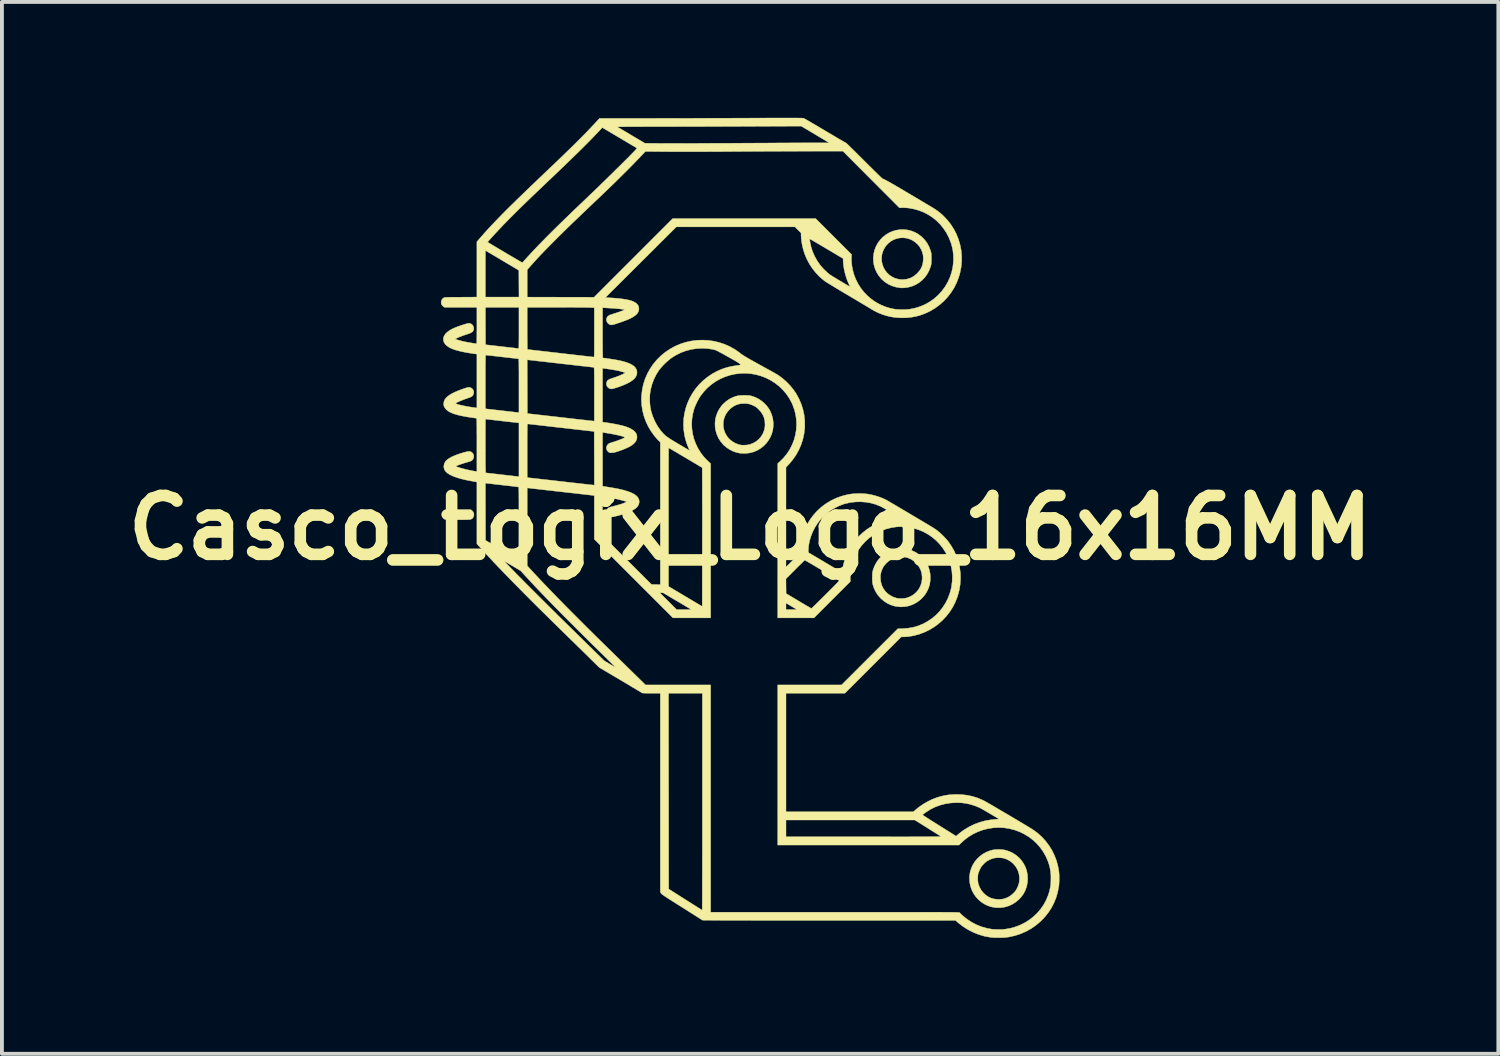
<source format=kicad_pcb>
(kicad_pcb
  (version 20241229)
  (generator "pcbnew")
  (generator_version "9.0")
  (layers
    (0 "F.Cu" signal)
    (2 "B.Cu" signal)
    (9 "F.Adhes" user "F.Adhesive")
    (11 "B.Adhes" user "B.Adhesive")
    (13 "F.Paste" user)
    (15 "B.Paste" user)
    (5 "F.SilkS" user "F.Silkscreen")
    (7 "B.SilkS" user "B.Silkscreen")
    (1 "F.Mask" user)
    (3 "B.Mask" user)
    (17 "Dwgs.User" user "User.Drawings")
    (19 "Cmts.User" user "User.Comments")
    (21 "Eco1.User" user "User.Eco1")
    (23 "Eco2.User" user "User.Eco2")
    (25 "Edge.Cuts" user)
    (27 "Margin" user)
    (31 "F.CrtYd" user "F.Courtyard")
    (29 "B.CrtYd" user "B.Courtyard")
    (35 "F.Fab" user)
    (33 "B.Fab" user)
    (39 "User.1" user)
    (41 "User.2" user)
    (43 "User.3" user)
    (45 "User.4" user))
  (footprint "Casco_Logix_Logo_16x16MM"
    (layer "F.Cu")
    (at 16.372 10.613)
    (property "Reference" "Casco_Logix_Logo_16x16MM" (at 0 0 0) (layer "F.SilkS") (effects (font (size 1.524 1.524) (thickness 0.3))))
    (attr through_hole)
    (fp_poly (pts (xy -7.654 -0.47) (xy -7.588 -0.47) (xy -7.549 -0.47) (xy -7.232 -0.468) (xy -7.204 -0.446) (xy -7.174 -0.415) (xy -7.156 -0.377) (xy -7.15 -0.336) (xy -7.158 -0.295) (xy -7.16 -0.289) (xy -7.177 -0.257) (xy -7.199 -0.235) (xy -7.226 -0.22) (xy -7.234 -0.217) (xy -7.244 -0.214) (xy -7.256 -0.212) (xy -7.273 -0.21) (xy -7.295 -0.209) (xy -7.325 -0.208) (xy -7.363 -0.207) (xy -7.411 -0.207) (xy -7.471 -0.207) (xy -7.543 -0.206) (xy -7.568 -0.206) (xy -7.645 -0.207) (xy -7.708 -0.207) (xy -7.76 -0.207) (xy -7.801 -0.208) (xy -7.833 -0.208) (xy -7.857 -0.21) (xy -7.876 -0.211) (xy -7.89 -0.213) (xy -7.9 -0.216) (xy -7.909 -0.219) (xy -7.912 -0.22) (xy -7.946 -0.243) (xy -7.971 -0.276) (xy -7.985 -0.314) (xy -7.987 -0.356) (xy -7.981 -0.385) (xy -7.967 -0.411) (xy -7.945 -0.436) (xy -7.918 -0.456) (xy -7.893 -0.467) (xy -7.891 -0.467) (xy -7.879 -0.468) (xy -7.853 -0.469) (xy -7.816 -0.47) (xy -7.77 -0.47) (xy -7.715 -0.47) (xy -7.654 -0.47)) (stroke (width 0.01) (type solid)) (fill yes) (layer "F.SilkS"))
    (fp_poly (pts (xy 4.077 -7.709) (xy 4.174 -7.685) (xy 4.268 -7.648) (xy 4.357 -7.598) (xy 4.36 -7.595) (xy 4.444 -7.531) (xy 4.517 -7.456) (xy 4.58 -7.372) (xy 4.631 -7.278) (xy 4.67 -7.176) (xy 4.673 -7.167) (xy 4.68 -7.143) (xy 4.685 -7.121) (xy 4.689 -7.1) (xy 4.691 -7.076) (xy 4.692 -7.046) (xy 4.693 -7.006) (xy 4.693 -6.965) (xy 4.692 -6.916) (xy 4.692 -6.878) (xy 4.69 -6.849) (xy 4.688 -6.825) (xy 4.684 -6.804) (xy 4.678 -6.783) (xy 4.673 -6.764) (xy 4.634 -6.66) (xy 4.584 -6.566) (xy 4.523 -6.481) (xy 4.451 -6.406) (xy 4.369 -6.342) (xy 4.278 -6.288) (xy 4.26 -6.28) (xy 4.183 -6.249) (xy 4.101 -6.227) (xy 4.018 -6.213) (xy 3.938 -6.208) (xy 3.884 -6.211) (xy 3.773 -6.23) (xy 3.671 -6.262) (xy 3.576 -6.305) (xy 3.49 -6.361) (xy 3.412 -6.428) (xy 3.395 -6.446) (xy 3.329 -6.527) (xy 3.275 -6.614) (xy 3.234 -6.705) (xy 3.206 -6.8) (xy 3.191 -6.897) (xy 3.189 -6.988) (xy 3.403 -6.988) (xy 3.406 -6.903) (xy 3.422 -6.821) (xy 3.451 -6.742) (xy 3.491 -6.669) (xy 3.542 -6.603) (xy 3.602 -6.545) (xy 3.672 -6.497) (xy 3.749 -6.46) (xy 3.778 -6.45) (xy 3.864 -6.43) (xy 3.952 -6.424) (xy 4.042 -6.433) (xy 4.085 -6.443) (xy 4.161 -6.469) (xy 4.232 -6.508) (xy 4.299 -6.561) (xy 4.322 -6.582) (xy 4.379 -6.646) (xy 4.423 -6.712) (xy 4.454 -6.781) (xy 4.473 -6.857) (xy 4.482 -6.94) (xy 4.482 -7.012) (xy 4.473 -7.076) (xy 4.456 -7.139) (xy 4.429 -7.204) (xy 4.428 -7.205) (xy 4.386 -7.276) (xy 4.333 -7.34) (xy 4.269 -7.396) (xy 4.199 -7.442) (xy 4.125 -7.475) (xy 4.041 -7.498) (xy 3.956 -7.507) (xy 3.873 -7.502) (xy 3.793 -7.485) (xy 3.716 -7.457) (xy 3.645 -7.417) (xy 3.581 -7.367) (xy 3.524 -7.308) (xy 3.477 -7.239) (xy 3.44 -7.163) (xy 3.414 -7.079) (xy 3.413 -7.074) (xy 3.403 -6.988) (xy 3.189 -6.988) (xy 3.189 -6.994) (xy 3.199 -7.091) (xy 3.221 -7.187) (xy 3.256 -7.279) (xy 3.304 -7.367) (xy 3.364 -7.449) (xy 3.428 -7.517) (xy 3.508 -7.582) (xy 3.594 -7.635) (xy 3.686 -7.675) (xy 3.781 -7.703) (xy 3.879 -7.718) (xy 3.978 -7.72) (xy 4.077 -7.709)) (stroke (width 0.01) (type solid)) (fill yes) (layer "F.SilkS"))
    (fp_poly (pts (xy -0.105 -3.427) (xy -0.066 -3.426) (xy -0.036 -3.424) (xy -0.011 -3.421) (xy 0.014 -3.416) (xy 0.037 -3.41) (xy 0.136 -3.376) (xy 0.227 -3.329) (xy 0.312 -3.27) (xy 0.363 -3.225) (xy 0.418 -3.169) (xy 0.462 -3.113) (xy 0.5 -3.054) (xy 0.52 -3.017) (xy 0.56 -2.921) (xy 0.586 -2.824) (xy 0.599 -2.726) (xy 0.599 -2.628) (xy 0.587 -2.532) (xy 0.562 -2.439) (xy 0.526 -2.35) (xy 0.478 -2.266) (xy 0.42 -2.188) (xy 0.352 -2.118) (xy 0.274 -2.056) (xy 0.188 -2.004) (xy 0.092 -1.963) (xy 0.085 -1.961) (xy 0.006 -1.94) (xy -0.08 -1.927) (xy -0.168 -1.923) (xy -0.253 -1.928) (xy -0.269 -1.93) (xy -0.357 -1.949) (xy -0.446 -1.981) (xy -0.531 -2.024) (xy -0.611 -2.077) (xy -0.682 -2.137) (xy -0.698 -2.153) (xy -0.765 -2.234) (xy -0.82 -2.32) (xy -0.861 -2.412) (xy -0.89 -2.506) (xy -0.907 -2.603) (xy -0.91 -2.694) (xy -0.697 -2.694) (xy -0.693 -2.611) (xy -0.676 -2.529) (xy -0.646 -2.449) (xy -0.602 -2.373) (xy -0.576 -2.337) (xy -0.518 -2.277) (xy -0.451 -2.226) (xy -0.376 -2.184) (xy -0.296 -2.154) (xy -0.245 -2.142) (xy -0.206 -2.138) (xy -0.158 -2.138) (xy -0.107 -2.14) (xy -0.057 -2.146) (xy -0.015 -2.154) (xy -0.004 -2.158) (xy 0.081 -2.191) (xy 0.158 -2.236) (xy 0.225 -2.292) (xy 0.282 -2.358) (xy 0.328 -2.433) (xy 0.332 -2.441) (xy 0.358 -2.504) (xy 0.375 -2.567) (xy 0.384 -2.633) (xy 0.385 -2.68) (xy 0.379 -2.767) (xy 0.36 -2.848) (xy 0.328 -2.923) (xy 0.282 -2.994) (xy 0.225 -3.06) (xy 0.193 -3.091) (xy 0.168 -3.113) (xy 0.143 -3.131) (xy 0.116 -3.146) (xy 0.088 -3.161) (xy 0.029 -3.186) (xy -0.024 -3.203) (xy -0.077 -3.213) (xy -0.136 -3.217) (xy -0.156 -3.217) (xy -0.245 -3.211) (xy -0.327 -3.192) (xy -0.404 -3.159) (xy -0.476 -3.112) (xy -0.523 -3.072) (xy -0.583 -3.006) (xy -0.631 -2.934) (xy -0.666 -2.857) (xy -0.688 -2.776) (xy -0.697 -2.694) (xy -0.91 -2.694) (xy -0.91 -2.7) (xy -0.902 -2.797) (xy -0.88 -2.893) (xy -0.846 -2.985) (xy -0.799 -3.073) (xy -0.74 -3.156) (xy -0.691 -3.21) (xy -0.631 -3.264) (xy -0.571 -3.309) (xy -0.505 -3.347) (xy -0.477 -3.361) (xy -0.425 -3.384) (xy -0.379 -3.401) (xy -0.334 -3.413) (xy -0.287 -3.421) (xy -0.233 -3.426) (xy -0.17 -3.427) (xy -0.155 -3.427) (xy -0.105 -3.427)) (stroke (width 0.01) (type solid)) (fill yes) (layer "F.SilkS"))
    (fp_poly (pts (xy 6.46 8.331) (xy 6.521 8.335) (xy 6.576 8.341) (xy 6.606 8.348) (xy 6.708 8.38) (xy 6.803 8.425) (xy 6.89 8.482) (xy 6.968 8.55) (xy 7.021 8.61) (xy 7.081 8.696) (xy 7.128 8.787) (xy 7.161 8.883) (xy 7.18 8.985) (xy 7.186 9.086) (xy 7.179 9.193) (xy 7.159 9.294) (xy 7.124 9.39) (xy 7.077 9.48) (xy 7.016 9.563) (xy 6.959 9.624) (xy 6.877 9.693) (xy 6.789 9.749) (xy 6.695 9.792) (xy 6.597 9.822) (xy 6.494 9.837) (xy 6.388 9.838) (xy 6.356 9.836) (xy 6.255 9.819) (xy 6.159 9.789) (xy 6.069 9.746) (xy 5.986 9.693) (xy 5.911 9.629) (xy 5.844 9.557) (xy 5.788 9.476) (xy 5.742 9.387) (xy 5.708 9.292) (xy 5.686 9.193) (xy 5.679 9.121) (xy 5.679 9.094) (xy 5.894 9.094) (xy 5.896 9.144) (xy 5.901 9.189) (xy 5.907 9.218) (xy 5.937 9.301) (xy 5.979 9.379) (xy 6.034 9.449) (xy 6.098 9.51) (xy 6.17 9.558) (xy 6.235 9.589) (xy 6.309 9.61) (xy 6.388 9.621) (xy 6.467 9.623) (xy 6.543 9.614) (xy 6.603 9.598) (xy 6.67 9.57) (xy 6.729 9.536) (xy 6.785 9.492) (xy 6.818 9.461) (xy 6.849 9.429) (xy 6.872 9.401) (xy 6.891 9.374) (xy 6.908 9.341) (xy 6.915 9.328) (xy 6.941 9.269) (xy 6.958 9.216) (xy 6.968 9.163) (xy 6.972 9.103) (xy 6.972 9.084) (xy 6.967 9.005) (xy 6.953 8.933) (xy 6.927 8.864) (xy 6.913 8.836) (xy 6.866 8.76) (xy 6.808 8.694) (xy 6.741 8.639) (xy 6.667 8.596) (xy 6.613 8.572) (xy 6.562 8.557) (xy 6.509 8.548) (xy 6.448 8.545) (xy 6.435 8.545) (xy 6.377 8.546) (xy 6.327 8.553) (xy 6.28 8.564) (xy 6.231 8.582) (xy 6.184 8.604) (xy 6.149 8.622) (xy 6.121 8.64) (xy 6.094 8.661) (xy 6.064 8.689) (xy 6.051 8.702) (xy 6.021 8.733) (xy 5.999 8.759) (xy 5.981 8.784) (xy 5.964 8.814) (xy 5.95 8.843) (xy 5.934 8.878) (xy 5.92 8.913) (xy 5.908 8.943) (xy 5.903 8.96) (xy 5.898 8.997) (xy 5.894 9.043) (xy 5.894 9.094) (xy 5.679 9.094) (xy 5.68 9.019) (xy 5.695 8.919) (xy 5.723 8.823) (xy 5.763 8.733) (xy 5.815 8.649) (xy 5.877 8.573) (xy 5.949 8.505) (xy 6.029 8.446) (xy 6.118 8.397) (xy 6.213 8.361) (xy 6.291 8.341) (xy 6.34 8.334) (xy 6.398 8.331) (xy 6.46 8.331)) (stroke (width 0.01) (type solid)) (fill yes) (layer "F.SilkS"))
    (fp_poly (pts (xy 3.969 0.542) (xy 4.027 0.547) (xy 4.076 0.555) (xy 4.087 0.558) (xy 4.181 0.588) (xy 4.264 0.626) (xy 4.34 0.672) (xy 4.411 0.729) (xy 4.43 0.747) (xy 4.503 0.825) (xy 4.562 0.908) (xy 4.608 0.997) (xy 4.64 1.091) (xy 4.66 1.192) (xy 4.665 1.263) (xy 4.663 1.369) (xy 4.648 1.47) (xy 4.618 1.566) (xy 4.574 1.659) (xy 4.534 1.724) (xy 4.477 1.796) (xy 4.41 1.862) (xy 4.335 1.919) (xy 4.254 1.968) (xy 4.169 2.005) (xy 4.083 2.031) (xy 3.998 2.044) (xy 3.968 2.046) (xy 3.942 2.048) (xy 3.925 2.049) (xy 3.924 2.049) (xy 3.909 2.05) (xy 3.883 2.049) (xy 3.852 2.047) (xy 3.839 2.046) (xy 3.739 2.03) (xy 3.642 2) (xy 3.55 1.957) (xy 3.464 1.901) (xy 3.385 1.833) (xy 3.379 1.827) (xy 3.31 1.749) (xy 3.255 1.666) (xy 3.211 1.576) (xy 3.179 1.482) (xy 3.173 1.458) (xy 3.169 1.435) (xy 3.166 1.41) (xy 3.164 1.379) (xy 3.163 1.339) (xy 3.163 1.316) (xy 3.374 1.316) (xy 3.374 1.321) (xy 3.385 1.41) (xy 3.409 1.493) (xy 3.446 1.57) (xy 3.494 1.639) (xy 3.553 1.7) (xy 3.623 1.751) (xy 3.702 1.793) (xy 3.788 1.822) (xy 3.825 1.829) (xy 3.872 1.832) (xy 3.924 1.833) (xy 3.976 1.83) (xy 4.023 1.823) (xy 4.046 1.819) (xy 4.129 1.79) (xy 4.204 1.75) (xy 4.272 1.699) (xy 4.33 1.639) (xy 4.378 1.57) (xy 4.415 1.495) (xy 4.44 1.413) (xy 4.452 1.327) (xy 4.452 1.263) (xy 4.441 1.175) (xy 4.416 1.094) (xy 4.378 1.017) (xy 4.325 0.946) (xy 4.308 0.926) (xy 4.241 0.865) (xy 4.168 0.817) (xy 4.09 0.782) (xy 4.007 0.76) (xy 3.922 0.752) (xy 3.835 0.758) (xy 3.747 0.778) (xy 3.73 0.784) (xy 3.681 0.804) (xy 3.636 0.828) (xy 3.592 0.86) (xy 3.546 0.901) (xy 3.529 0.917) (xy 3.498 0.949) (xy 3.476 0.974) (xy 3.458 0.999) (xy 3.442 1.026) (xy 3.428 1.053) (xy 3.4 1.119) (xy 3.383 1.182) (xy 3.374 1.245) (xy 3.374 1.316) (xy 3.163 1.316) (xy 3.163 1.292) (xy 3.163 1.243) (xy 3.164 1.206) (xy 3.165 1.178) (xy 3.168 1.154) (xy 3.172 1.133) (xy 3.178 1.11) (xy 3.183 1.093) (xy 3.221 0.991) (xy 3.271 0.896) (xy 3.332 0.812) (xy 3.403 0.737) (xy 3.483 0.673) (xy 3.573 0.619) (xy 3.67 0.578) (xy 3.74 0.557) (xy 3.788 0.549) (xy 3.845 0.543) (xy 3.907 0.541) (xy 3.969 0.542)) (stroke (width 0.01) (type solid)) (fill yes) (layer "F.SilkS"))
    (fp_poly (pts (xy 1.018 -10.608) (xy 1.085 -10.608) (xy 1.144 -10.608) (xy 1.195 -10.608) (xy 1.238 -10.607) (xy 1.275 -10.607) (xy 1.306 -10.606) (xy 1.331 -10.606) (xy 1.35 -10.605) (xy 1.366 -10.604) (xy 1.377 -10.603) (xy 1.385 -10.602) (xy 1.39 -10.601) (xy 1.392 -10.6) (xy 1.402 -10.595) (xy 1.424 -10.582) (xy 1.456 -10.564) (xy 1.498 -10.539) (xy 1.549 -10.51) (xy 1.608 -10.475) (xy 1.673 -10.437) (xy 1.744 -10.395) (xy 1.82 -10.35) (xy 1.9 -10.303) (xy 1.946 -10.275) (xy 2.027 -10.227) (xy 2.104 -10.182) (xy 2.177 -10.139) (xy 2.244 -10.099) (xy 2.305 -10.063) (xy 2.359 -10.032) (xy 2.404 -10.006) (xy 2.44 -9.985) (xy 2.466 -9.971) (xy 2.48 -9.963) (xy 2.484 -9.961) (xy 2.49 -9.956) (xy 2.506 -9.941) (xy 2.531 -9.918) (xy 2.564 -9.886) (xy 2.604 -9.846) (xy 2.651 -9.8) (xy 2.704 -9.748) (xy 2.762 -9.691) (xy 2.824 -9.629) (xy 2.89 -9.563) (xy 2.956 -9.497) (xy 3.025 -9.429) (xy 3.091 -9.363) (xy 3.153 -9.302) (xy 3.211 -9.244) (xy 3.263 -9.193) (xy 3.31 -9.147) (xy 3.35 -9.108) (xy 3.383 -9.076) (xy 3.408 -9.053) (xy 3.423 -9.038) (xy 3.429 -9.034) (xy 3.44 -9.031) (xy 3.457 -9.025) (xy 3.481 -9.013) (xy 3.514 -8.997) (xy 3.554 -8.975) (xy 3.604 -8.948) (xy 3.663 -8.914) (xy 3.732 -8.875) (xy 3.811 -8.828) (xy 3.902 -8.775) (xy 4.004 -8.715) (xy 4.086 -8.666) (xy 4.168 -8.617) (xy 4.249 -8.569) (xy 4.327 -8.523) (xy 4.401 -8.479) (xy 4.469 -8.438) (xy 4.532 -8.401) (xy 4.587 -8.368) (xy 4.633 -8.341) (xy 4.669 -8.32) (xy 4.693 -8.305) (xy 4.697 -8.303) (xy 4.785 -8.248) (xy 4.862 -8.194) (xy 4.932 -8.139) (xy 4.998 -8.08) (xy 5.102 -7.971) (xy 5.194 -7.855) (xy 5.273 -7.732) (xy 5.34 -7.603) (xy 5.393 -7.469) (xy 5.434 -7.331) (xy 5.462 -7.19) (xy 5.476 -7.046) (xy 5.477 -6.9) (xy 5.464 -6.754) (xy 5.436 -6.609) (xy 5.399 -6.479) (xy 5.346 -6.341) (xy 5.28 -6.21) (xy 5.202 -6.087) (xy 5.113 -5.972) (xy 5.015 -5.867) (xy 4.906 -5.771) (xy 4.789 -5.685) (xy 4.664 -5.61) (xy 4.532 -5.548) (xy 4.394 -5.498) (xy 4.294 -5.471) (xy 4.163 -5.447) (xy 4.026 -5.435) (xy 3.888 -5.434) (xy 3.75 -5.444) (xy 3.616 -5.466) (xy 3.525 -5.489) (xy 3.439 -5.516) (xy 3.359 -5.546) (xy 3.281 -5.581) (xy 3.202 -5.622) (xy 3.117 -5.672) (xy 3.103 -5.681) (xy 3.085 -5.692) (xy 3.056 -5.709) (xy 3.016 -5.733) (xy 2.967 -5.763) (xy 2.909 -5.797) (xy 2.845 -5.835) (xy 2.775 -5.877) (xy 2.7 -5.922) (xy 2.621 -5.968) (xy 2.539 -6.017) (xy 2.511 -6.034) (xy 2.429 -6.082) (xy 2.349 -6.13) (xy 2.273 -6.175) (xy 2.201 -6.219) (xy 2.136 -6.259) (xy 2.076 -6.295) (xy 2.025 -6.326) (xy 1.983 -6.353) (xy 1.951 -6.373) (xy 1.93 -6.388) (xy 1.925 -6.391) (xy 1.812 -6.485) (xy 1.709 -6.59) (xy 1.617 -6.704) (xy 1.536 -6.826) (xy 1.467 -6.956) (xy 1.41 -7.092) (xy 1.367 -7.235) (xy 1.347 -7.321) (xy 1.339 -7.369) (xy 1.331 -7.424) (xy 1.326 -7.469) (xy 1.541 -7.469) (xy 1.543 -7.449) (xy 1.547 -7.42) (xy 1.553 -7.386) (xy 1.56 -7.349) (xy 1.568 -7.313) (xy 1.576 -7.279) (xy 1.576 -7.278) (xy 1.616 -7.151) (xy 1.67 -7.029) (xy 1.736 -6.911) (xy 1.813 -6.8) (xy 1.902 -6.698) (xy 2 -6.604) (xy 2.063 -6.553) (xy 2.077 -6.544) (xy 2.1 -6.529) (xy 2.132 -6.509) (xy 2.171 -6.485) (xy 2.215 -6.458) (xy 2.263 -6.429) (xy 2.312 -6.4) (xy 2.362 -6.37) (xy 2.41 -6.341) (xy 2.456 -6.314) (xy 2.496 -6.29) (xy 2.531 -6.27) (xy 2.557 -6.255) (xy 2.573 -6.246) (xy 2.579 -6.244) (xy 2.584 -6.246) (xy 2.584 -6.246) (xy 2.581 -6.253) (xy 2.573 -6.271) (xy 2.562 -6.296) (xy 2.551 -6.318) (xy 2.514 -6.406) (xy 2.481 -6.502) (xy 2.453 -6.602) (xy 2.431 -6.704) (xy 2.416 -6.803) (xy 2.408 -6.896) (xy 2.407 -6.931) (xy 2.407 -6.969) (xy 1.976 -7.225) (xy 1.903 -7.268) (xy 1.835 -7.309) (xy 1.77 -7.347) (xy 1.712 -7.381) (xy 1.66 -7.411) (xy 1.617 -7.436) (xy 1.582 -7.456) (xy 1.557 -7.47) (xy 1.544 -7.477) (xy 1.541 -7.478) (xy 1.541 -7.469) (xy 1.326 -7.469) (xy 1.325 -7.481) (xy 1.32 -7.535) (xy 1.318 -7.581) (xy 1.318 -7.594) (xy 1.318 -7.631) (xy 1.159 -7.789) (xy -0.376 -7.789) (xy -1.911 -7.789) (xy -2.829 -6.874) (xy -3.747 -5.959) (xy -3.595 -5.95) (xy -3.492 -5.943) (xy -3.394 -5.934) (xy -3.303 -5.923) (xy -3.223 -5.91) (xy -3.154 -5.897) (xy -3.137 -5.893) (xy -3.06 -5.871) (xy -2.997 -5.843) (xy -2.947 -5.81) (xy -2.911 -5.772) (xy -2.888 -5.729) (xy -2.88 -5.68) (xy -2.88 -5.656) (xy -2.888 -5.61) (xy -2.907 -5.569) (xy -2.937 -5.53) (xy -2.947 -5.52) (xy -2.983 -5.489) (xy -3.028 -5.459) (xy -3.082 -5.428) (xy -3.148 -5.397) (xy -3.225 -5.366) (xy -3.315 -5.333) (xy -3.387 -5.308) (xy -3.444 -5.289) (xy -3.49 -5.274) (xy -3.526 -5.264) (xy -3.553 -5.256) (xy -3.575 -5.252) (xy -3.592 -5.251) (xy -3.607 -5.252) (xy -3.621 -5.255) (xy -3.626 -5.257) (xy -3.661 -5.274) (xy -3.69 -5.301) (xy -3.711 -5.336) (xy -3.722 -5.374) (xy -3.721 -5.408) (xy -3.709 -5.441) (xy -3.687 -5.472) (xy -3.659 -5.495) (xy -3.647 -5.501) (xy -3.63 -5.508) (xy -3.602 -5.517) (xy -3.567 -5.529) (xy -3.527 -5.542) (xy -3.508 -5.548) (xy -3.462 -5.563) (xy -3.413 -5.579) (xy -3.367 -5.595) (xy -3.328 -5.61) (xy -3.321 -5.612) (xy -3.288 -5.626) (xy -3.268 -5.635) (xy -3.257 -5.641) (xy -3.257 -5.645) (xy -3.262 -5.648) (xy -3.282 -5.652) (xy -3.314 -5.657) (xy -3.356 -5.663) (xy -3.405 -5.668) (xy -3.459 -5.673) (xy -3.516 -5.678) (xy -3.573 -5.682) (xy -3.596 -5.683) (xy -3.643 -5.686) (xy -3.688 -5.689) (xy -3.728 -5.691) (xy -3.759 -5.693) (xy -3.775 -5.694) (xy -3.821 -5.697) (xy -3.821 -5.046) (xy -3.821 -4.922) (xy -3.821 -4.81) (xy -3.82 -4.711) (xy -3.82 -4.625) (xy -3.819 -4.552) (xy -3.818 -4.493) (xy -3.817 -4.447) (xy -3.816 -4.416) (xy -3.815 -4.399) (xy -3.814 -4.395) (xy -3.798 -4.394) (xy -3.769 -4.391) (xy -3.731 -4.386) (xy -3.686 -4.379) (xy -3.637 -4.372) (xy -3.585 -4.364) (xy -3.534 -4.356) (xy -3.485 -4.348) (xy -3.442 -4.34) (xy -3.407 -4.333) (xy -3.405 -4.333) (xy -3.299 -4.309) (xy -3.206 -4.282) (xy -3.128 -4.253) (xy -3.063 -4.22) (xy -3.011 -4.185) (xy -2.973 -4.146) (xy -2.946 -4.103) (xy -2.932 -4.056) (xy -2.929 -4.024) (xy -2.934 -3.974) (xy -2.95 -3.928) (xy -2.978 -3.883) (xy -3.017 -3.841) (xy -3.07 -3.8) (xy -3.136 -3.759) (xy -3.215 -3.72) (xy -3.304 -3.682) (xy -3.349 -3.665) (xy -3.398 -3.647) (xy -3.446 -3.631) (xy -3.492 -3.617) (xy -3.532 -3.605) (xy -3.565 -3.597) (xy -3.587 -3.593) (xy -3.591 -3.593) (xy -3.632 -3.6) (xy -3.667 -3.618) (xy -3.695 -3.646) (xy -3.714 -3.681) (xy -3.722 -3.72) (xy -3.718 -3.759) (xy -3.709 -3.784) (xy -3.697 -3.805) (xy -3.679 -3.822) (xy -3.653 -3.838) (xy -3.618 -3.853) (xy -3.572 -3.87) (xy -3.552 -3.876) (xy -3.489 -3.897) (xy -3.426 -3.92) (xy -3.367 -3.944) (xy -3.315 -3.966) (xy -3.273 -3.987) (xy -3.263 -3.992) (xy -3.232 -4.01) (xy -3.263 -4.022) (xy -3.303 -4.036) (xy -3.355 -4.05) (xy -3.416 -4.064) (xy -3.485 -4.078) (xy -3.557 -4.091) (xy -3.631 -4.103) (xy -3.704 -4.113) (xy -3.722 -4.116) (xy -3.753 -4.12) (xy -3.781 -4.123) (xy -3.8 -4.126) (xy -3.804 -4.127) (xy -3.821 -4.131) (xy -3.821 -2.735) (xy -3.701 -2.718) (xy -3.627 -2.707) (xy -3.549 -2.693) (xy -3.472 -2.679) (xy -3.398 -2.663) (xy -3.33 -2.648) (xy -3.272 -2.633) (xy -3.253 -2.628) (xy -3.167 -2.598) (xy -3.093 -2.565) (xy -3.033 -2.527) (xy -2.986 -2.486) (xy -2.953 -2.442) (xy -2.934 -2.394) (xy -2.929 -2.354) (xy -2.933 -2.306) (xy -2.948 -2.261) (xy -2.973 -2.218) (xy -3.01 -2.178) (xy -3.058 -2.139) (xy -3.118 -2.101) (xy -3.192 -2.065) (xy -3.279 -2.028) (xy -3.38 -1.991) (xy -3.395 -1.986) (xy -3.445 -1.97) (xy -3.483 -1.958) (xy -3.513 -1.95) (xy -3.537 -1.944) (xy -3.559 -1.942) (xy -3.58 -1.94) (xy -3.586 -1.94) (xy -3.616 -1.941) (xy -3.636 -1.943) (xy -3.651 -1.949) (xy -3.667 -1.959) (xy -3.669 -1.961) (xy -3.699 -1.992) (xy -3.717 -2.029) (xy -3.723 -2.068) (xy -3.715 -2.108) (xy -3.694 -2.145) (xy -3.682 -2.158) (xy -3.661 -2.176) (xy -3.635 -2.189) (xy -3.6 -2.201) (xy -3.546 -2.217) (xy -3.489 -2.236) (xy -3.433 -2.255) (xy -3.38 -2.275) (xy -3.334 -2.293) (xy -3.298 -2.308) (xy -3.291 -2.312) (xy -3.236 -2.34) (xy -3.265 -2.352) (xy -3.299 -2.364) (xy -3.347 -2.378) (xy -3.405 -2.392) (xy -3.474 -2.407) (xy -3.55 -2.423) (xy -3.633 -2.438) (xy -3.722 -2.452) (xy -3.793 -2.464) (xy -3.821 -2.468) (xy -3.821 -1.076) (xy -3.797 -1.072) (xy -3.713 -1.058) (xy -3.643 -1.046) (xy -3.584 -1.036) (xy -3.534 -1.028) (xy -3.493 -1.021) (xy -3.458 -1.014) (xy -3.429 -1.009) (xy -3.403 -1.003) (xy -3.379 -0.998) (xy -3.373 -0.997) (xy -3.264 -0.97) (xy -3.169 -0.941) (xy -3.087 -0.911) (xy -3.02 -0.878) (xy -2.965 -0.843) (xy -2.924 -0.805) (xy -2.894 -0.764) (xy -2.877 -0.72) (xy -2.871 -0.673) (xy -2.876 -0.635) (xy -2.89 -0.594) (xy -2.909 -0.558) (xy -2.923 -0.539) (xy -2.969 -0.498) (xy -3.029 -0.458) (xy -3.103 -0.419) (xy -3.191 -0.383) (xy -3.292 -0.348) (xy -3.405 -0.316) (xy -3.508 -0.291) (xy -3.556 -0.282) (xy -3.593 -0.277) (xy -3.622 -0.279) (xy -3.646 -0.288) (xy -3.668 -0.303) (xy -3.682 -0.316) (xy -3.708 -0.351) (xy -3.721 -0.39) (xy -3.721 -0.43) (xy -3.708 -0.468) (xy -3.683 -0.502) (xy -3.675 -0.51) (xy -3.659 -0.519) (xy -3.634 -0.529) (xy -3.598 -0.541) (xy -3.55 -0.554) (xy -3.544 -0.555) (xy -3.446 -0.581) (xy -3.362 -0.605) (xy -3.293 -0.628) (xy -3.241 -0.648) (xy -3.192 -0.669) (xy -3.214 -0.677) (xy -3.238 -0.686) (xy -3.273 -0.696) (xy -3.315 -0.708) (xy -3.36 -0.72) (xy -3.405 -0.731) (xy -3.447 -0.741) (xy -3.456 -0.743) (xy -3.484 -0.749) (xy -3.521 -0.756) (xy -3.564 -0.764) (xy -3.61 -0.772) (xy -3.657 -0.78) (xy -3.702 -0.787) (xy -3.742 -0.794) (xy -3.775 -0.799) (xy -3.798 -0.802) (xy -3.808 -0.802) (xy -3.81 -0.802) (xy -3.813 -0.8) (xy -3.814 -0.795) (xy -3.816 -0.786) (xy -3.817 -0.772) (xy -3.818 -0.753) (xy -3.819 -0.726) (xy -3.82 -0.692) (xy -3.82 -0.649) (xy -3.821 -0.596) (xy -3.821 -0.532) (xy -3.821 -0.456) (xy -3.821 -0.367) (xy -3.821 -0.299) (xy -3.821 0.205) (xy -3.187 0.837) (xy -2.554 1.469) (xy -2.44 1.471) (xy -2.326 1.473) (xy -2.326 -0.297) (xy -2.113 -0.297) (xy -2.113 1.52) (xy -1.677 1.779) (xy -1.241 2.038) (xy -1.239 0.245) (xy -1.239 0.083) (xy -1.238 -0.075) (xy -1.238 -0.228) (xy -1.238 -0.376) (xy -1.238 -0.518) (xy -1.239 -0.654) (xy -1.239 -0.783) (xy -1.239 -0.904) (xy -1.239 -1.017) (xy -1.239 -1.121) (xy -1.24 -1.215) (xy -1.24 -1.299) (xy -1.24 -1.372) (xy -1.241 -1.434) (xy -1.241 -1.484) (xy -1.241 -1.521) (xy -1.242 -1.544) (xy -1.242 -1.554) (xy -1.242 -1.554) (xy -1.25 -1.559) (xy -1.268 -1.57) (xy -1.297 -1.587) (xy -1.334 -1.61) (xy -1.379 -1.637) (xy -1.43 -1.667) (xy -1.487 -1.701) (xy -1.547 -1.737) (xy -1.61 -1.774) (xy -1.674 -1.812) (xy -1.738 -1.85) (xy -1.801 -1.887) (xy -1.861 -1.923) (xy -1.918 -1.957) (xy -1.97 -1.987) (xy -2.015 -2.014) (xy -2.053 -2.036) (xy -2.083 -2.053) (xy -2.102 -2.064) (xy -2.11 -2.069) (xy -2.11 -2.069) (xy -2.11 -2.062) (xy -2.11 -2.04) (xy -2.111 -2.005) (xy -2.111 -1.958) (xy -2.111 -1.898) (xy -2.111 -1.826) (xy -2.112 -1.744) (xy -2.112 -1.651) (xy -2.112 -1.549) (xy -2.112 -1.438) (xy -2.112 -1.318) (xy -2.113 -1.19) (xy -2.113 -1.056) (xy -2.113 -0.915) (xy -2.113 -0.767) (xy -2.113 -0.615) (xy -2.113 -0.458) (xy -2.113 -0.297) (xy -2.326 -0.297) (xy -2.326 -2.213) (xy -2.371 -2.257) (xy -2.394 -2.281) (xy -2.423 -2.312) (xy -2.452 -2.346) (xy -2.476 -2.374) (xy -2.563 -2.494) (xy -2.639 -2.621) (xy -2.701 -2.753) (xy -2.75 -2.89) (xy -2.786 -3.03) (xy -2.808 -3.174) (xy -2.813 -3.277) (xy -2.6 -3.277) (xy -2.589 -3.145) (xy -2.564 -3.016) (xy -2.524 -2.89) (xy -2.473 -2.77) (xy -2.427 -2.68) (xy -2.378 -2.6) (xy -2.321 -2.523) (xy -2.296 -2.492) (xy -2.272 -2.464) (xy -2.25 -2.438) (xy -2.227 -2.416) (xy -2.204 -2.394) (xy -2.178 -2.372) (xy -2.148 -2.35) (xy -2.113 -2.326) (xy -2.072 -2.298) (xy -2.022 -2.267) (xy -1.962 -2.231) (xy -1.892 -2.189) (xy -1.863 -2.172) (xy -1.794 -2.131) (xy -1.736 -2.097) (xy -1.689 -2.069) (xy -1.651 -2.047) (xy -1.622 -2.03) (xy -1.601 -2.018) (xy -1.586 -2.01) (xy -1.576 -2.006) (xy -1.571 -2.004) (xy -1.568 -2.004) (xy -1.568 -2.005) (xy -1.571 -2.013) (xy -1.579 -2.03) (xy -1.59 -2.055) (xy -1.597 -2.07) (xy -1.627 -2.142) (xy -1.656 -2.224) (xy -1.68 -2.31) (xy -1.697 -2.382) (xy -1.719 -2.527) (xy -1.727 -2.671) (xy -1.721 -2.814) (xy -1.701 -2.954) (xy -1.668 -3.092) (xy -1.623 -3.225) (xy -1.566 -3.354) (xy -1.496 -3.477) (xy -1.416 -3.594) (xy -1.324 -3.704) (xy -1.222 -3.805) (xy -1.11 -3.897) (xy -0.988 -3.98) (xy -0.872 -4.044) (xy -0.793 -4.081) (xy -0.716 -4.112) (xy -0.637 -4.139) (xy -0.553 -4.162) (xy -0.463 -4.181) (xy -0.362 -4.198) (xy -0.284 -4.209) (xy -0.241 -4.215) (xy -0.27 -4.245) (xy -0.283 -4.256) (xy -0.304 -4.271) (xy -0.335 -4.29) (xy -0.376 -4.315) (xy -0.427 -4.345) (xy -0.49 -4.38) (xy -0.565 -4.422) (xy -0.594 -4.438) (xy -0.663 -4.477) (xy -0.721 -4.509) (xy -0.769 -4.535) (xy -0.809 -4.556) (xy -0.84 -4.573) (xy -0.866 -4.585) (xy -0.888 -4.595) (xy -0.906 -4.602) (xy -0.922 -4.607) (xy -0.937 -4.611) (xy -0.954 -4.615) (xy -0.957 -4.616) (xy -1.1 -4.638) (xy -1.243 -4.645) (xy -1.383 -4.638) (xy -1.522 -4.617) (xy -1.658 -4.582) (xy -1.791 -4.533) (xy -1.919 -4.469) (xy -2.018 -4.409) (xy -2.075 -4.367) (xy -2.136 -4.316) (xy -2.198 -4.259) (xy -2.258 -4.199) (xy -2.312 -4.139) (xy -2.357 -4.083) (xy -2.365 -4.071) (xy -2.433 -3.963) (xy -2.491 -3.846) (xy -2.538 -3.724) (xy -2.572 -3.598) (xy -2.593 -3.472) (xy -2.598 -3.414) (xy -2.6 -3.277) (xy -2.813 -3.277) (xy -2.816 -3.319) (xy -2.812 -3.429) (xy -2.794 -3.576) (xy -2.763 -3.719) (xy -2.718 -3.857) (xy -2.66 -3.99) (xy -2.59 -4.117) (xy -2.509 -4.236) (xy -2.416 -4.347) (xy -2.312 -4.45) (xy -2.198 -4.544) (xy -2.075 -4.627) (xy -1.946 -4.698) (xy -1.81 -4.757) (xy -1.669 -4.802) (xy -1.526 -4.834) (xy -1.381 -4.853) (xy -1.235 -4.858) (xy -1.089 -4.851) (xy -0.945 -4.83) (xy -0.803 -4.797) (xy -0.665 -4.751) (xy -0.532 -4.693) (xy -0.404 -4.622) (xy -0.284 -4.539) (xy -0.243 -4.506) (xy -0.225 -4.493) (xy -0.203 -4.477) (xy -0.176 -4.46) (xy -0.143 -4.439) (xy -0.102 -4.415) (xy -0.053 -4.386) (xy 0.006 -4.352) (xy 0.076 -4.313) (xy 0.157 -4.268) (xy 0.177 -4.257) (xy 0.246 -4.219) (xy 0.313 -4.182) (xy 0.376 -4.146) (xy 0.435 -4.114) (xy 0.488 -4.085) (xy 0.532 -4.061) (xy 0.568 -4.041) (xy 0.592 -4.028) (xy 0.6 -4.024) (xy 0.721 -3.953) (xy 0.836 -3.869) (xy 0.945 -3.774) (xy 1.044 -3.67) (xy 1.133 -3.558) (xy 1.189 -3.475) (xy 1.262 -3.343) (xy 1.321 -3.207) (xy 1.366 -3.067) (xy 1.397 -2.924) (xy 1.413 -2.778) (xy 1.415 -2.629) (xy 1.413 -2.58) (xy 1.396 -2.433) (xy 1.365 -2.29) (xy 1.32 -2.15) (xy 1.261 -2.015) (xy 1.19 -1.886) (xy 1.105 -1.764) (xy 1.009 -1.648) (xy 0.994 -1.633) (xy 0.928 -1.562) (xy 0.928 1.02) (xy 1.288 0.659) (xy 1.288 0.641) (xy 1.506 0.641) (xy 2.382 1.162) (xy 2.387 1.113) (xy 2.391 1.084) (xy 2.397 1.046) (xy 2.404 1.006) (xy 2.408 0.987) (xy 2.443 0.847) (xy 2.492 0.712) (xy 2.554 0.581) (xy 2.628 0.456) (xy 2.713 0.339) (xy 2.808 0.229) (xy 2.913 0.13) (xy 3.026 0.041) (xy 3.099 -0.007) (xy 3.219 -0.075) (xy 3.343 -0.131) (xy 3.473 -0.175) (xy 3.61 -0.209) (xy 3.755 -0.232) (xy 3.839 -0.241) (xy 3.905 -0.247) (xy 3.671 -0.386) (xy 3.615 -0.419) (xy 3.56 -0.451) (xy 3.508 -0.48) (xy 3.462 -0.506) (xy 3.423 -0.528) (xy 3.393 -0.544) (xy 3.375 -0.553) (xy 3.255 -0.602) (xy 3.128 -0.638) (xy 2.998 -0.661) (xy 2.864 -0.671) (xy 2.73 -0.668) (xy 2.597 -0.653) (xy 2.467 -0.624) (xy 2.408 -0.607) (xy 2.291 -0.561) (xy 2.176 -0.502) (xy 2.065 -0.433) (xy 1.962 -0.353) (xy 1.87 -0.266) (xy 1.833 -0.226) (xy 1.753 -0.124) (xy 1.682 -0.015) (xy 1.623 0.099) (xy 1.575 0.218) (xy 1.539 0.338) (xy 1.516 0.459) (xy 1.507 0.577) (xy 1.506 0.641) (xy 1.288 0.641) (xy 1.288 0.613) (xy 1.292 0.525) (xy 1.304 0.429) (xy 1.322 0.33) (xy 1.347 0.231) (xy 1.376 0.136) (xy 1.406 0.057) (xy 1.473 -0.081) (xy 1.551 -0.21) (xy 1.64 -0.329) (xy 1.739 -0.438) (xy 1.847 -0.537) (xy 1.964 -0.624) (xy 2.089 -0.7) (xy 2.221 -0.764) (xy 2.36 -0.815) (xy 2.506 -0.854) (xy 2.614 -0.873) (xy 2.673 -0.879) (xy 2.743 -0.883) (xy 2.817 -0.885) (xy 2.892 -0.884) (xy 2.962 -0.88) (xy 3.024 -0.874) (xy 3.037 -0.873) (xy 3.149 -0.852) (xy 3.262 -0.822) (xy 3.372 -0.786) (xy 3.472 -0.744) (xy 3.505 -0.729) (xy 3.519 -0.721) (xy 3.545 -0.706) (xy 3.581 -0.686) (xy 3.626 -0.659) (xy 3.679 -0.628) (xy 3.74 -0.593) (xy 3.806 -0.554) (xy 3.877 -0.512) (xy 3.952 -0.467) (xy 4.02 -0.427) (xy 4.1 -0.38) (xy 4.18 -0.332) (xy 4.258 -0.286) (xy 4.333 -0.241) (xy 4.403 -0.2) (xy 4.467 -0.162) (xy 4.523 -0.128) (xy 4.571 -0.1) (xy 4.608 -0.078) (xy 4.626 -0.067) (xy 4.673 -0.039) (xy 4.72 -0.01) (xy 4.765 0.019) (xy 4.804 0.045) (xy 4.834 0.066) (xy 4.836 0.068) (xy 4.879 0.102) (xy 4.927 0.144) (xy 4.977 0.192) (xy 5.027 0.241) (xy 5.072 0.29) (xy 5.111 0.334) (xy 5.129 0.357) (xy 5.216 0.484) (xy 5.289 0.615) (xy 5.348 0.752) (xy 5.394 0.892) (xy 5.426 1.035) (xy 5.444 1.18) (xy 5.447 1.326) (xy 5.437 1.474) (xy 5.412 1.622) (xy 5.372 1.768) (xy 5.366 1.786) (xy 5.313 1.922) (xy 5.248 2.052) (xy 5.171 2.173) (xy 5.083 2.287) (xy 4.985 2.392) (xy 4.877 2.487) (xy 4.762 2.572) (xy 4.638 2.646) (xy 4.508 2.709) (xy 4.372 2.759) (xy 4.231 2.796) (xy 4.113 2.816) (xy 4.072 2.821) (xy 4.029 2.824) (xy 3.991 2.827) (xy 3.97 2.827) (xy 3.913 2.827) (xy 2.455 4.285) (xy 0.928 4.285) (xy 0.928 7.355) (xy 4.226 7.355) (xy 4.294 7.295) (xy 4.387 7.221) (xy 4.49 7.151) (xy 4.6 7.088) (xy 4.713 7.033) (xy 4.811 6.995) (xy 4.926 6.958) (xy 5.038 6.932) (xy 5.151 6.915) (xy 5.27 6.907) (xy 5.349 6.905) (xy 5.493 6.911) (xy 5.63 6.928) (xy 5.763 6.957) (xy 5.892 6.998) (xy 6.021 7.053) (xy 6.052 7.068) (xy 6.069 7.077) (xy 6.098 7.093) (xy 6.137 7.116) (xy 6.186 7.143) (xy 6.242 7.176) (xy 6.305 7.213) (xy 6.374 7.253) (xy 6.448 7.297) (xy 6.525 7.342) (xy 6.605 7.389) (xy 6.686 7.436) (xy 6.766 7.484) (xy 6.846 7.531) (xy 6.923 7.577) (xy 6.997 7.621) (xy 7.067 7.663) (xy 7.131 7.701) (xy 7.188 7.735) (xy 7.236 7.765) (xy 7.276 7.789) (xy 7.306 7.807) (xy 7.321 7.817) (xy 7.441 7.905) (xy 7.55 8.004) (xy 7.65 8.112) (xy 7.738 8.229) (xy 7.815 8.353) (xy 7.879 8.485) (xy 7.932 8.622) (xy 7.97 8.765) (xy 7.995 8.908) (xy 7.999 8.954) (xy 8.002 9.01) (xy 8.002 9.072) (xy 8.002 9.136) (xy 7.999 9.196) (xy 7.996 9.249) (xy 7.992 9.28) (xy 7.964 9.431) (xy 7.922 9.576) (xy 7.867 9.713) (xy 7.799 9.844) (xy 7.719 9.967) (xy 7.626 10.083) (xy 7.521 10.191) (xy 7.404 10.29) (xy 7.399 10.294) (xy 7.277 10.379) (xy 7.146 10.451) (xy 7.009 10.512) (xy 6.866 10.559) (xy 6.719 10.593) (xy 6.639 10.605) (xy 6.582 10.611) (xy 6.515 10.614) (xy 6.443 10.615) (xy 6.37 10.615) (xy 6.301 10.612) (xy 6.24 10.607) (xy 6.221 10.605) (xy 6.073 10.578) (xy 5.929 10.536) (xy 5.788 10.482) (xy 5.653 10.414) (xy 5.524 10.334) (xy 5.403 10.242) (xy 5.367 10.211) (xy 5.318 10.167) (xy 2.044 10.167) (xy 1.755 10.167) (xy 1.48 10.167) (xy 1.219 10.167) (xy 0.973 10.167) (xy 0.741 10.167) (xy 0.523 10.167) (xy 0.318 10.167) (xy 0.127 10.167) (xy -0.051 10.166) (xy -0.216 10.166) (xy -0.367 10.166) (xy -0.506 10.165) (xy -0.632 10.165) (xy -0.746 10.165) (xy -0.848 10.164) (xy -0.937 10.164) (xy -1.014 10.163) (xy -1.08 10.163) (xy -1.134 10.162) (xy -1.177 10.162) (xy -1.208 10.161) (xy -1.229 10.16) (xy -1.238 10.16) (xy -1.239 10.16) (xy -1.246 10.154) (xy -1.265 10.142) (xy -1.295 10.123) (xy -1.334 10.098) (xy -1.382 10.068) (xy -1.438 10.032) (xy -1.501 9.992) (xy -1.569 9.949) (xy -1.643 9.902) (xy -1.72 9.853) (xy -1.771 9.822) (xy -1.864 9.763) (xy -1.945 9.711) (xy -2.016 9.666) (xy -2.076 9.628) (xy -2.128 9.595) (xy -2.171 9.567) (xy -2.206 9.544) (xy -2.234 9.525) (xy -2.257 9.509) (xy -2.274 9.496) (xy -2.287 9.486) (xy -2.296 9.478) (xy -2.303 9.471) (xy -2.307 9.464) (xy -2.31 9.46) (xy -2.326 9.428) (xy -2.326 4.285) (xy -2.113 4.285) (xy -2.111 6.819) (xy -2.109 9.354) (xy -1.679 9.627) (xy -1.607 9.673) (xy -1.538 9.716) (xy -1.474 9.757) (xy -1.416 9.793) (xy -1.365 9.826) (xy -1.321 9.853) (xy -1.286 9.875) (xy -1.26 9.891) (xy -1.246 9.9) (xy -1.242 9.902) (xy -1.242 9.894) (xy -1.242 9.873) (xy -1.241 9.838) (xy -1.241 9.789) (xy -1.24 9.728) (xy -1.24 9.655) (xy -1.24 9.57) (xy -1.239 9.474) (xy -1.239 9.367) (xy -1.239 9.25) (xy -1.239 9.123) (xy -1.238 8.987) (xy -1.238 8.843) (xy -1.238 8.69) (xy -1.238 8.53) (xy -1.237 8.362) (xy -1.237 8.188) (xy -1.237 8.007) (xy -1.237 7.821) (xy -1.237 7.63) (xy -1.237 7.435) (xy -1.237 7.235) (xy -1.237 7.094) (xy -1.237 4.285) (xy -2.113 4.285) (xy -2.326 4.285) (xy -2.559 4.285) (xy -2.624 4.285) (xy -2.676 4.285) (xy -2.717 4.284) (xy -2.748 4.283) (xy -2.77 4.282) (xy -2.786 4.28) (xy -2.796 4.278) (xy -2.804 4.275) (xy -2.809 4.272) (xy -2.817 4.266) (xy -2.838 4.253) (xy -2.869 4.234) (xy -2.91 4.21) (xy -2.96 4.18) (xy -3.018 4.145) (xy -3.083 4.107) (xy -3.153 4.064) (xy -3.229 4.019) (xy -3.309 3.972) (xy -3.366 3.938) (xy -3.906 3.619) (xy -4.123 3.405) (xy -4.162 3.367) (xy -4.209 3.32) (xy -4.265 3.265) (xy -4.328 3.203) (xy -4.397 3.136) (xy -4.47 3.065) (xy -4.546 2.99) (xy -4.624 2.914) (xy -4.703 2.837) (xy -4.781 2.76) (xy -4.833 2.709) (xy -5.062 2.485) (xy -5.279 2.271) (xy -5.487 2.066) (xy -5.684 1.87) (xy -5.871 1.682) (xy -6.048 1.502) (xy -6.217 1.33) (xy -6.376 1.166) (xy -6.527 1.009) (xy -6.658 0.871) (xy -6.359 0.871) (xy -6.355 0.877) (xy -6.341 0.893) (xy -6.318 0.919) (xy -6.286 0.952) (xy -6.245 0.994) (xy -6.198 1.044) (xy -6.143 1.1) (xy -6.082 1.162) (xy -6.015 1.231) (xy -5.942 1.304) (xy -5.865 1.382) (xy -5.784 1.464) (xy -5.699 1.549) (xy -5.611 1.637) (xy -5.521 1.727) (xy -5.429 1.819) (xy -5.335 1.912) (xy -5.241 2.006) (xy -5.147 2.099) (xy -5.053 2.192) (xy -4.961 2.284) (xy -4.869 2.374) (xy -4.78 2.461) (xy -4.719 2.521) (xy -4.642 2.597) (xy -4.563 2.674) (xy -4.484 2.751) (xy -4.406 2.828) (xy -4.33 2.902) (xy -4.257 2.973) (xy -4.19 3.04) (xy -4.128 3.1) (xy -4.074 3.154) (xy -4.028 3.199) (xy -4.004 3.222) (xy -3.778 3.444) (xy -3.636 3.529) (xy -3.595 3.554) (xy -3.557 3.575) (xy -3.526 3.593) (xy -3.503 3.606) (xy -3.489 3.614) (xy -3.487 3.615) (xy -3.49 3.61) (xy -3.503 3.596) (xy -3.525 3.573) (xy -3.554 3.544) (xy -3.589 3.509) (xy -3.63 3.469) (xy -3.674 3.425) (xy -3.696 3.403) (xy -3.92 3.184) (xy -4.135 2.973) (xy -4.34 2.769) (xy -4.536 2.574) (xy -4.723 2.387) (xy -4.9 2.209) (xy -5.067 2.039) (xy -5.224 1.878) (xy -5.371 1.726) (xy -5.507 1.584) (xy -5.633 1.45) (xy -5.748 1.326) (xy -5.846 1.22) (xy -5.938 1.118) (xy -6.147 0.993) (xy -6.197 0.963) (xy -6.243 0.936) (xy -6.283 0.913) (xy -6.316 0.894) (xy -6.341 0.88) (xy -6.355 0.872) (xy -6.359 0.871) (xy -6.658 0.871) (xy -6.669 0.859) (xy -6.803 0.716) (xy -6.93 0.579) (xy -6.963 0.543) (xy -7.075 0.42) (xy -7.075 -1.156) (xy -6.854 -1.156) (xy -6.853 -0.415) (xy -6.851 0.326) (xy -6.42 0.582) (xy -5.989 0.838) (xy -5.987 -0.105) (xy -5.987 -0.25) (xy -5.987 -0.383) (xy -5.987 -0.506) (xy -5.987 -0.617) (xy -5.987 -0.717) (xy -5.988 -0.804) (xy -5.988 -0.879) (xy -5.989 -0.941) (xy -5.99 -0.99) (xy -5.991 -1.025) (xy -5.991 -1.032) (xy -5.772 -1.032) (xy -5.772 0.984) (xy -5.668 1.098) (xy -5.549 1.226) (xy -5.419 1.365) (xy -5.278 1.512) (xy -5.127 1.669) (xy -4.966 1.835) (xy -4.795 2.009) (xy -4.614 2.192) (xy -4.424 2.382) (xy -4.225 2.581) (xy -4.016 2.788) (xy -3.799 3.002) (xy -3.663 3.135) (xy -3.585 3.211) (xy -3.506 3.288) (xy -3.427 3.366) (xy -3.348 3.444) (xy -3.271 3.519) (xy -3.198 3.591) (xy -3.129 3.658) (xy -3.067 3.719) (xy -3.011 3.774) (xy -2.964 3.82) (xy -2.942 3.841) (xy -2.708 4.071) (xy -1.023 4.071) (xy -1.023 9.954) (xy 2.197 9.954) (xy 2.457 9.954) (xy 2.702 9.954) (xy 2.933 9.954) (xy 3.151 9.954) (xy 3.355 9.954) (xy 3.547 9.954) (xy 3.727 9.954) (xy 3.895 9.954) (xy 4.051 9.954) (xy 4.196 9.954) (xy 4.331 9.954) (xy 4.455 9.954) (xy 4.57 9.955) (xy 4.675 9.955) (xy 4.771 9.955) (xy 4.858 9.955) (xy 4.938 9.955) (xy 5.009 9.956) (xy 5.073 9.956) (xy 5.13 9.956) (xy 5.181 9.957) (xy 5.225 9.957) (xy 5.264 9.958) (xy 5.297 9.958) (xy 5.325 9.959) (xy 5.349 9.959) (xy 5.368 9.96) (xy 5.384 9.961) (xy 5.397 9.961) (xy 5.406 9.962) (xy 5.414 9.963) (xy 5.419 9.964) (xy 5.422 9.965) (xy 5.424 9.966) (xy 5.425 9.967) (xy 5.426 9.968) (xy 5.426 9.968) (xy 5.434 9.979) (xy 5.451 9.996) (xy 5.475 10.019) (xy 5.502 10.044) (xy 5.505 10.046) (xy 5.618 10.137) (xy 5.737 10.215) (xy 5.864 10.281) (xy 5.995 10.333) (xy 6.131 10.371) (xy 6.263 10.395) (xy 6.301 10.398) (xy 6.35 10.4) (xy 6.404 10.402) (xy 6.461 10.402) (xy 6.516 10.401) (xy 6.563 10.398) (xy 6.597 10.395) (xy 6.736 10.371) (xy 6.87 10.334) (xy 6.998 10.284) (xy 7.119 10.223) (xy 7.233 10.15) (xy 7.339 10.067) (xy 7.436 9.974) (xy 7.523 9.872) (xy 7.599 9.762) (xy 7.664 9.643) (xy 7.716 9.517) (xy 7.727 9.485) (xy 7.75 9.407) (xy 7.767 9.332) (xy 7.779 9.255) (xy 7.785 9.17) (xy 7.787 9.122) (xy 7.787 9.008) (xy 7.778 8.903) (xy 7.761 8.802) (xy 7.734 8.703) (xy 7.711 8.636) (xy 7.656 8.509) (xy 7.588 8.39) (xy 7.51 8.279) (xy 7.42 8.177) (xy 7.321 8.085) (xy 7.213 8.003) (xy 7.096 7.932) (xy 6.972 7.872) (xy 6.84 7.824) (xy 6.705 7.79) (xy 6.57 7.769) (xy 6.433 7.763) (xy 6.297 7.77) (xy 6.162 7.791) (xy 6.029 7.824) (xy 5.901 7.87) (xy 5.778 7.929) (xy 5.661 7.999) (xy 5.552 8.08) (xy 5.456 8.168) (xy 5.408 8.216) (xy 0.714 8.216) (xy 0.714 7.568) (xy 0.928 7.568) (xy 0.928 8.003) (xy 2.939 8.003) (xy 3.126 8.003) (xy 3.307 8.003) (xy 3.482 8.003) (xy 3.648 8.002) (xy 3.807 8.002) (xy 3.958 8.002) (xy 4.099 8.002) (xy 4.232 8.001) (xy 4.355 8.001) (xy 4.467 8.001) (xy 4.569 8) (xy 4.659 8) (xy 4.738 7.999) (xy 4.805 7.999) (xy 4.86 7.998) (xy 4.901 7.998) (xy 4.928 7.997) (xy 4.942 7.997) (xy 4.943 7.996) (xy 4.936 7.991) (xy 4.917 7.979) (xy 4.888 7.961) (xy 4.851 7.937) (xy 4.805 7.908) (xy 4.753 7.875) (xy 4.695 7.839) (xy 4.633 7.8) (xy 4.6 7.779) (xy 4.263 7.568) (xy 0.928 7.568) (xy 0.714 7.568) (xy 0.714 7.436) (xy 4.465 7.436) (xy 4.471 7.441) (xy 4.489 7.453) (xy 4.517 7.472) (xy 4.555 7.496) (xy 4.601 7.526) (xy 4.654 7.56) (xy 4.714 7.598) (xy 4.78 7.639) (xy 4.85 7.683) (xy 4.899 7.714) (xy 5.333 7.986) (xy 5.396 7.931) (xy 5.427 7.905) (xy 5.466 7.875) (xy 5.508 7.845) (xy 5.547 7.818) (xy 5.548 7.817) (xy 5.673 7.742) (xy 5.805 7.678) (xy 5.943 7.627) (xy 6.084 7.588) (xy 6.226 7.563) (xy 6.243 7.561) (xy 6.285 7.557) (xy 6.331 7.552) (xy 6.373 7.548) (xy 6.379 7.548) (xy 6.446 7.543) (xy 6.214 7.405) (xy 6.159 7.373) (xy 6.106 7.342) (xy 6.057 7.314) (xy 6.014 7.289) (xy 5.978 7.269) (xy 5.952 7.255) (xy 5.938 7.248) (xy 5.821 7.2) (xy 5.708 7.164) (xy 5.596 7.139) (xy 5.481 7.124) (xy 5.36 7.119) (xy 5.345 7.119) (xy 5.201 7.126) (xy 5.06 7.147) (xy 4.924 7.182) (xy 4.793 7.23) (xy 4.668 7.292) (xy 4.549 7.368) (xy 4.513 7.394) (xy 4.491 7.411) (xy 4.474 7.426) (xy 4.466 7.435) (xy 4.465 7.436) (xy 0.714 7.436) (xy 0.714 4.071) (xy 2.367 4.071) (xy 3.095 3.343) (xy 3.823 2.616) (xy 3.953 2.612) (xy 4.092 2.601) (xy 4.225 2.577) (xy 4.353 2.54) (xy 4.475 2.49) (xy 4.594 2.425) (xy 4.708 2.348) (xy 4.811 2.263) (xy 4.904 2.166) (xy 4.988 2.06) (xy 5.06 1.947) (xy 5.121 1.826) (xy 5.169 1.7) (xy 5.205 1.57) (xy 5.212 1.53) (xy 5.23 1.394) (xy 5.233 1.259) (xy 5.223 1.126) (xy 5.2 0.996) (xy 5.164 0.871) (xy 5.116 0.75) (xy 5.057 0.635) (xy 4.987 0.526) (xy 4.906 0.424) (xy 4.816 0.331) (xy 4.716 0.247) (xy 4.608 0.172) (xy 4.491 0.108) (xy 4.367 0.055) (xy 4.236 0.014) (xy 4.196 0.005) (xy 4.06 -0.018) (xy 3.923 -0.027) (xy 3.787 -0.021) (xy 3.652 -0.000314) (xy 3.519 0.034) (xy 3.389 0.083) (xy 3.313 0.119) (xy 3.192 0.188) (xy 3.08 0.269) (xy 2.978 0.361) (xy 2.887 0.462) (xy 2.806 0.573) (xy 2.737 0.693) (xy 2.728 0.71) (xy 2.673 0.837) (xy 2.633 0.967) (xy 2.606 1.098) (xy 2.593 1.229) (xy 2.593 1.305) (xy 2.595 1.392) (xy 2.124 1.863) (xy 1.653 2.334) (xy 0.714 2.334) (xy 0.714 2.12) (xy 0.928 2.12) (xy 1.069 2.12) (xy 1.112 2.12) (xy 1.15 2.12) (xy 1.18 2.119) (xy 1.199 2.118) (xy 1.207 2.118) (xy 1.207 2.117) (xy 1.2 2.113) (xy 1.182 2.102) (xy 1.156 2.086) (xy 1.123 2.067) (xy 1.085 2.044) (xy 1.082 2.043) (xy 1.043 2.019) (xy 1.008 1.998) (xy 0.978 1.98) (xy 0.956 1.967) (xy 0.944 1.96) (xy 0.944 1.96) (xy 0.928 1.949) (xy 0.928 2.12) (xy 0.714 2.12) (xy 0.714 1.322) (xy 0.927 1.322) (xy 0.929 1.513) (xy 0.931 1.704) (xy 1.255 1.897) (xy 1.318 1.935) (xy 1.377 1.97) (xy 1.432 2.002) (xy 1.48 2.03) (xy 1.52 2.053) (xy 1.552 2.072) (xy 1.574 2.084) (xy 1.586 2.09) (xy 1.587 2.091) (xy 1.593 2.086) (xy 1.609 2.071) (xy 1.633 2.048) (xy 1.666 2.016) (xy 1.705 1.978) (xy 1.75 1.933) (xy 1.801 1.883) (xy 1.856 1.829) (xy 1.914 1.77) (xy 1.954 1.731) (xy 2.024 1.661) (xy 2.084 1.601) (xy 2.135 1.55) (xy 2.178 1.506) (xy 2.213 1.471) (xy 2.241 1.442) (xy 2.263 1.419) (xy 2.279 1.401) (xy 2.29 1.387) (xy 2.297 1.377) (xy 2.301 1.371) (xy 2.302 1.366) (xy 2.3 1.363) (xy 2.297 1.361) (xy 2.296 1.36) (xy 2.282 1.351) (xy 2.256 1.336) (xy 2.222 1.315) (xy 2.179 1.29) (xy 2.13 1.26) (xy 2.075 1.228) (xy 2.016 1.193) (xy 1.953 1.156) (xy 1.889 1.117) (xy 1.824 1.079) (xy 1.76 1.041) (xy 1.697 1.004) (xy 1.638 0.969) (xy 1.583 0.937) (xy 1.534 0.908) (xy 1.491 0.883) (xy 1.457 0.863) (xy 1.432 0.849) (xy 1.418 0.841) (xy 1.415 0.839) (xy 1.409 0.844) (xy 1.393 0.859) (xy 1.37 0.882) (xy 1.339 0.912) (xy 1.302 0.948) (xy 1.259 0.99) (xy 1.213 1.036) (xy 1.169 1.081) (xy 0.927 1.322) (xy 0.714 1.322) (xy 0.714 -1.662) (xy 0.776 -1.718) (xy 0.872 -1.815) (xy 0.956 -1.92) (xy 1.028 -2.031) (xy 1.088 -2.149) (xy 1.136 -2.271) (xy 1.17 -2.397) (xy 1.192 -2.526) (xy 1.201 -2.657) (xy 1.197 -2.789) (xy 1.179 -2.92) (xy 1.148 -3.049) (xy 1.102 -3.176) (xy 1.078 -3.232) (xy 1.013 -3.352) (xy 0.936 -3.465) (xy 0.848 -3.568) (xy 0.751 -3.662) (xy 0.644 -3.745) (xy 0.529 -3.818) (xy 0.407 -3.88) (xy 0.279 -3.929) (xy 0.145 -3.966) (xy 0.027 -3.986) (xy -0.113 -3.998) (xy -0.253 -3.995) (xy -0.39 -3.978) (xy -0.523 -3.949) (xy -0.653 -3.906) (xy -0.777 -3.851) (xy -0.896 -3.784) (xy -1.007 -3.706) (xy -1.11 -3.616) (xy -1.204 -3.516) (xy -1.288 -3.406) (xy -1.298 -3.392) (xy -1.324 -3.35) (xy -1.352 -3.298) (xy -1.381 -3.241) (xy -1.408 -3.183) (xy -1.432 -3.129) (xy -1.449 -3.081) (xy -1.45 -3.079) (xy -1.485 -2.949) (xy -1.506 -2.816) (xy -1.513 -2.683) (xy -1.506 -2.551) (xy -1.486 -2.419) (xy -1.452 -2.291) (xy -1.404 -2.165) (xy -1.344 -2.044) (xy -1.271 -1.928) (xy -1.198 -1.835) (xy -1.169 -1.802) (xy -1.134 -1.766) (xy -1.1 -1.732) (xy -1.085 -1.718) (xy -1.023 -1.662) (xy -1.023 2.334) (xy -1.999 2.334) (xy -2.647 1.686) (xy -2.337 1.686) (xy -2.12 1.903) (xy -1.903 2.12) (xy -1.522 2.12) (xy -1.887 1.903) (xy -2.253 1.686) (xy -2.337 1.686) (xy -2.647 1.686) (xy -3.017 1.316) (xy -4.035 0.298) (xy -4.035 -0.831) (xy -4.058 -0.835) (xy -4.077 -0.838) (xy -4.105 -0.841) (xy -4.137 -0.845) (xy -4.149 -0.846) (xy -4.168 -0.849) (xy -4.201 -0.852) (xy -4.245 -0.857) (xy -4.299 -0.863) (xy -4.362 -0.871) (xy -4.431 -0.878) (xy -4.505 -0.887) (xy -4.584 -0.896) (xy -4.638 -0.902) (xy -4.729 -0.912) (xy -4.827 -0.923) (xy -4.928 -0.935) (xy -5.03 -0.946) (xy -5.129 -0.958) (xy -5.223 -0.968) (xy -5.308 -0.978) (xy -5.382 -0.986) (xy -5.386 -0.987) (xy -5.454 -0.994) (xy -5.519 -1.002) (xy -5.579 -1.008) (xy -5.632 -1.015) (xy -5.677 -1.02) (xy -5.711 -1.024) (xy -5.733 -1.026) (xy -5.741 -1.027) (xy -5.772 -1.032) (xy -5.991 -1.032) (xy -5.992 -1.046) (xy -5.993 -1.053) (xy -6.001 -1.054) (xy -6.023 -1.057) (xy -6.056 -1.062) (xy -6.101 -1.067) (xy -6.154 -1.074) (xy -6.216 -1.081) (xy -6.284 -1.089) (xy -6.357 -1.097) (xy -6.41 -1.103) (xy -6.487 -1.112) (xy -6.56 -1.12) (xy -6.627 -1.128) (xy -6.687 -1.135) (xy -6.739 -1.141) (xy -6.782 -1.146) (xy -6.813 -1.149) (xy -6.832 -1.152) (xy -6.838 -1.153) (xy -6.854 -1.156) (xy -7.075 -1.156) (xy -7.075 -1.182) (xy -7.187 -1.203) (xy -7.322 -1.228) (xy -7.441 -1.255) (xy -7.547 -1.284) (xy -7.639 -1.314) (xy -7.718 -1.345) (xy -7.784 -1.378) (xy -7.837 -1.413) (xy -7.878 -1.45) (xy -7.907 -1.49) (xy -7.916 -1.507) (xy -7.93 -1.555) (xy -7.93 -1.607) (xy -7.919 -1.658) (xy -7.895 -1.706) (xy -7.881 -1.725) (xy -7.843 -1.762) (xy -7.791 -1.798) (xy -7.726 -1.834) (xy -7.648 -1.869) (xy -7.559 -1.903) (xy -7.458 -1.935) (xy -7.362 -1.962) (xy -7.316 -1.972) (xy -7.28 -1.976) (xy -7.25 -1.974) (xy -7.225 -1.964) (xy -7.201 -1.947) (xy -7.2 -1.946) (xy -7.174 -1.918) (xy -7.16 -1.885) (xy -7.156 -1.846) (xy -7.162 -1.803) (xy -7.179 -1.767) (xy -7.208 -1.739) (xy -7.251 -1.718) (xy -7.274 -1.711) (xy -7.336 -1.693) (xy -7.396 -1.675) (xy -7.452 -1.657) (xy -7.502 -1.641) (xy -7.545 -1.625) (xy -7.579 -1.612) (xy -7.603 -1.601) (xy -7.615 -1.593) (xy -7.616 -1.59) (xy -7.606 -1.583) (xy -7.583 -1.573) (xy -7.549 -1.562) (xy -7.507 -1.549) (xy -7.457 -1.535) (xy -7.403 -1.521) (xy -7.345 -1.507) (xy -7.286 -1.493) (xy -7.227 -1.481) (xy -7.171 -1.47) (xy -7.154 -1.467) (xy -7.075 -1.452) (xy -7.075 -2.117) (xy -6.854 -2.117) (xy -6.854 -1.995) (xy -6.854 -1.888) (xy -6.854 -1.794) (xy -6.854 -1.713) (xy -6.853 -1.643) (xy -6.853 -1.584) (xy -6.852 -1.536) (xy -6.851 -1.497) (xy -6.85 -1.467) (xy -6.849 -1.445) (xy -6.848 -1.431) (xy -6.847 -1.423) (xy -6.845 -1.421) (xy -6.836 -1.42) (xy -6.814 -1.417) (xy -6.78 -1.413) (xy -6.736 -1.408) (xy -6.682 -1.402) (xy -6.62 -1.395) (xy -6.552 -1.387) (xy -6.479 -1.379) (xy -6.435 -1.373) (xy -6.359 -1.365) (xy -6.287 -1.356) (xy -6.22 -1.349) (xy -6.159 -1.342) (xy -6.107 -1.336) (xy -6.065 -1.332) (xy -6.033 -1.328) (xy -6.014 -1.326) (xy -6.009 -1.326) (xy -5.986 -1.325) (xy -5.986 -1.992) (xy -5.772 -1.992) (xy -5.772 -1.296) (xy -5.755 -1.296) (xy -5.746 -1.295) (xy -5.723 -1.292) (xy -5.687 -1.288) (xy -5.64 -1.283) (xy -5.581 -1.277) (xy -5.513 -1.269) (xy -5.436 -1.26) (xy -5.35 -1.25) (xy -5.258 -1.24) (xy -5.16 -1.229) (xy -5.056 -1.217) (xy -4.948 -1.204) (xy -4.914 -1.201) (xy -4.805 -1.188) (xy -4.7 -1.176) (xy -4.599 -1.165) (xy -4.504 -1.154) (xy -4.416 -1.144) (xy -4.335 -1.135) (xy -4.263 -1.127) (xy -4.2 -1.12) (xy -4.148 -1.114) (xy -4.107 -1.11) (xy -4.079 -1.107) (xy -4.064 -1.105) (xy -4.062 -1.105) (xy -4.034 -1.104) (xy -4.036 -1.798) (xy -4.038 -2.492) (xy -4.469 -2.541) (xy -4.553 -2.551) (xy -4.639 -2.56) (xy -4.722 -2.57) (xy -4.803 -2.579) (xy -4.878 -2.588) (xy -4.945 -2.595) (xy -5.004 -2.602) (xy -5.05 -2.607) (xy -5.069 -2.609) (xy -5.12 -2.615) (xy -5.181 -2.622) (xy -5.251 -2.63) (xy -5.325 -2.639) (xy -5.399 -2.647) (xy -5.471 -2.655) (xy -5.495 -2.658) (xy -5.555 -2.665) (xy -5.611 -2.671) (xy -5.66 -2.677) (xy -5.702 -2.681) (xy -5.734 -2.685) (xy -5.755 -2.687) (xy -5.762 -2.687) (xy -5.764 -2.685) (xy -5.765 -2.68) (xy -5.766 -2.669) (xy -5.768 -2.652) (xy -5.769 -2.629) (xy -5.769 -2.599) (xy -5.77 -2.56) (xy -5.771 -2.513) (xy -5.771 -2.455) (xy -5.772 -2.387) (xy -5.772 -2.308) (xy -5.772 -2.216) (xy -5.772 -2.111) (xy -5.772 -1.992) (xy -5.986 -1.992) (xy -5.986 -2.714) (xy -6.127 -2.73) (xy -6.168 -2.734) (xy -6.221 -2.74) (xy -6.282 -2.747) (xy -6.35 -2.755) (xy -6.422 -2.763) (xy -6.495 -2.772) (xy -6.559 -2.779) (xy -6.622 -2.786) (xy -6.681 -2.793) (xy -6.734 -2.799) (xy -6.779 -2.804) (xy -6.814 -2.808) (xy -6.839 -2.811) (xy -6.851 -2.812) (xy -6.851 -2.812) (xy -6.852 -2.805) (xy -6.852 -2.784) (xy -6.853 -2.751) (xy -6.853 -2.705) (xy -6.853 -2.649) (xy -6.854 -2.584) (xy -6.854 -2.51) (xy -6.854 -2.428) (xy -6.854 -2.339) (xy -6.854 -2.245) (xy -6.854 -2.146) (xy -6.854 -2.117) (xy -7.075 -2.117) (xy -7.075 -2.143) (xy -7.075 -2.264) (xy -7.075 -2.371) (xy -7.076 -2.464) (xy -7.076 -2.546) (xy -7.076 -2.615) (xy -7.077 -2.673) (xy -7.077 -2.721) (xy -7.078 -2.759) (xy -7.079 -2.789) (xy -7.08 -2.811) (xy -7.082 -2.825) (xy -7.083 -2.833) (xy -7.084 -2.835) (xy -7.094 -2.836) (xy -7.116 -2.838) (xy -7.148 -2.843) (xy -7.186 -2.848) (xy -7.222 -2.853) (xy -7.348 -2.873) (xy -7.459 -2.894) (xy -7.557 -2.916) (xy -7.642 -2.94) (xy -7.715 -2.966) (xy -7.776 -2.994) (xy -7.827 -3.024) (xy -7.867 -3.058) (xy -7.898 -3.094) (xy -7.918 -3.129) (xy -7.93 -3.159) (xy -7.935 -3.184) (xy -7.936 -3.211) (xy -7.935 -3.22) (xy -7.927 -3.266) (xy -7.909 -3.311) (xy -7.88 -3.353) (xy -7.839 -3.394) (xy -7.787 -3.433) (xy -7.722 -3.472) (xy -7.644 -3.511) (xy -7.553 -3.55) (xy -7.448 -3.589) (xy -7.413 -3.601) (xy -7.369 -3.616) (xy -7.336 -3.626) (xy -7.312 -3.632) (xy -7.294 -3.635) (xy -7.279 -3.636) (xy -7.264 -3.634) (xy -7.227 -3.622) (xy -7.194 -3.598) (xy -7.169 -3.567) (xy -7.167 -3.563) (xy -7.157 -3.53) (xy -7.157 -3.493) (xy -7.165 -3.456) (xy -7.181 -3.423) (xy -7.203 -3.399) (xy -7.206 -3.397) (xy -7.219 -3.39) (xy -7.244 -3.38) (xy -7.275 -3.368) (xy -7.308 -3.356) (xy -7.373 -3.334) (xy -7.432 -3.311) (xy -7.486 -3.29) (xy -7.533 -3.27) (xy -7.572 -3.252) (xy -7.601 -3.237) (xy -7.618 -3.225) (xy -7.624 -3.217) (xy -7.623 -3.217) (xy -7.612 -3.209) (xy -7.589 -3.2) (xy -7.555 -3.19) (xy -7.512 -3.178) (xy -7.462 -3.167) (xy -7.407 -3.155) (xy -7.349 -3.143) (xy -7.289 -3.132) (xy -7.23 -3.123) (xy -7.222 -3.122) (xy -7.183 -3.116) (xy -7.147 -3.111) (xy -7.118 -3.107) (xy -7.099 -3.104) (xy -7.095 -3.103) (xy -7.075 -3.1) (xy -7.075 -3.774) (xy -6.854 -3.774) (xy -6.854 -3.079) (xy -6.771 -3.07) (xy -6.747 -3.067) (xy -6.709 -3.063) (xy -6.661 -3.058) (xy -6.604 -3.051) (xy -6.54 -3.044) (xy -6.472 -3.036) (xy -6.4 -3.028) (xy -6.354 -3.022) (xy -6.285 -3.014) (xy -6.219 -3.007) (xy -6.16 -3) (xy -6.108 -2.994) (xy -6.064 -2.989) (xy -6.031 -2.986) (xy -6.01 -2.983) (xy -6.002 -2.983) (xy -5.986 -2.982) (xy -5.986 -3.677) (xy -5.986 -3.777) (xy -5.986 -3.873) (xy -5.986 -3.963) (xy -5.986 -4.047) (xy -5.987 -4.124) (xy -5.988 -4.192) (xy -5.988 -4.251) (xy -5.989 -4.299) (xy -5.99 -4.336) (xy -5.99 -4.348) (xy -5.772 -4.348) (xy -5.77 -3.652) (xy -5.768 -2.956) (xy -4.922 -2.86) (xy -4.811 -2.847) (xy -4.705 -2.835) (xy -4.603 -2.823) (xy -4.507 -2.812) (xy -4.417 -2.802) (xy -4.336 -2.793) (xy -4.263 -2.785) (xy -4.199 -2.777) (xy -4.146 -2.771) (xy -4.104 -2.767) (xy -4.074 -2.764) (xy -4.058 -2.762) (xy -4.055 -2.762) (xy -4.035 -2.761) (xy -4.035 -3.457) (xy -4.035 -3.575) (xy -4.035 -3.679) (xy -4.035 -3.77) (xy -4.035 -3.849) (xy -4.035 -3.917) (xy -4.036 -3.974) (xy -4.036 -4.021) (xy -4.037 -4.06) (xy -4.038 -4.091) (xy -4.039 -4.114) (xy -4.04 -4.131) (xy -4.041 -4.142) (xy -4.043 -4.149) (xy -4.044 -4.152) (xy -4.045 -4.152) (xy -4.055 -4.153) (xy -4.077 -4.155) (xy -4.111 -4.159) (xy -4.155 -4.164) (xy -4.208 -4.17) (xy -4.267 -4.177) (xy -4.332 -4.184) (xy -4.378 -4.189) (xy -4.455 -4.198) (xy -4.536 -4.207) (xy -4.617 -4.217) (xy -4.695 -4.225) (xy -4.769 -4.234) (xy -4.834 -4.241) (xy -4.888 -4.247) (xy -4.896 -4.248) (xy -4.946 -4.254) (xy -5.008 -4.261) (xy -5.08 -4.269) (xy -5.157 -4.278) (xy -5.238 -4.287) (xy -5.32 -4.297) (xy -5.4 -4.306) (xy -5.432 -4.309) (xy -5.772 -4.348) (xy -5.99 -4.348) (xy -5.99 -4.361) (xy -5.991 -4.373) (xy -5.991 -4.373) (xy -6 -4.374) (xy -6.021 -4.376) (xy -6.055 -4.38) (xy -6.099 -4.385) (xy -6.152 -4.391) (xy -6.214 -4.398) (xy -6.282 -4.406) (xy -6.356 -4.414) (xy -6.415 -4.421) (xy -6.492 -4.43) (xy -6.565 -4.438) (xy -6.632 -4.446) (xy -6.692 -4.453) (xy -6.744 -4.458) (xy -6.787 -4.463) (xy -6.818 -4.466) (xy -6.838 -4.468) (xy -6.843 -4.469) (xy -6.845 -4.468) (xy -6.847 -4.463) (xy -6.848 -4.455) (xy -6.85 -4.441) (xy -6.851 -4.422) (xy -6.851 -4.396) (xy -6.852 -4.363) (xy -6.853 -4.322) (xy -6.853 -4.271) (xy -6.854 -4.211) (xy -6.854 -4.14) (xy -6.854 -4.057) (xy -6.854 -3.962) (xy -6.854 -3.853) (xy -6.854 -3.774) (xy -7.075 -3.774) (xy -7.075 -4.495) (xy -7.192 -4.511) (xy -7.302 -4.528) (xy -7.408 -4.548) (xy -7.507 -4.569) (xy -7.596 -4.592) (xy -7.657 -4.61) (xy -7.735 -4.64) (xy -7.802 -4.674) (xy -7.856 -4.713) (xy -7.898 -4.755) (xy -7.926 -4.8) (xy -7.942 -4.847) (xy -7.943 -4.897) (xy -7.93 -4.949) (xy -7.923 -4.966) (xy -7.893 -5.013) (xy -7.85 -5.058) (xy -7.793 -5.101) (xy -7.722 -5.142) (xy -7.652 -5.175) (xy -7.614 -5.19) (xy -7.57 -5.207) (xy -7.522 -5.224) (xy -7.473 -5.241) (xy -7.424 -5.257) (xy -7.379 -5.271) (xy -7.34 -5.282) (xy -7.309 -5.29) (xy -7.289 -5.293) (xy -7.287 -5.294) (xy -7.244 -5.287) (xy -7.208 -5.268) (xy -7.18 -5.239) (xy -7.162 -5.202) (xy -7.156 -5.162) (xy -7.159 -5.127) (xy -7.17 -5.098) (xy -7.189 -5.073) (xy -7.218 -5.053) (xy -7.259 -5.034) (xy -7.306 -5.017) (xy -7.367 -4.997) (xy -7.428 -4.976) (xy -7.486 -4.955) (xy -7.537 -4.934) (xy -7.578 -4.916) (xy -7.594 -4.909) (xy -7.638 -4.887) (xy -7.612 -4.876) (xy -7.584 -4.866) (xy -7.544 -4.854) (xy -7.497 -4.841) (xy -7.447 -4.828) (xy -7.398 -4.817) (xy -7.388 -4.815) (xy -7.362 -4.81) (xy -7.328 -4.803) (xy -7.289 -4.796) (xy -7.246 -4.789) (xy -7.203 -4.782) (xy -7.163 -4.775) (xy -7.127 -4.77) (xy -7.1 -4.766) (xy -7.084 -4.764) (xy -7.081 -4.763) (xy -7.08 -4.771) (xy -7.079 -4.791) (xy -7.078 -4.824) (xy -7.077 -4.868) (xy -7.077 -4.922) (xy -7.076 -4.984) (xy -7.076 -5.054) (xy -7.075 -5.129) (xy -7.075 -5.21) (xy -7.075 -5.235) (xy -7.075 -5.706) (xy -6.854 -5.706) (xy -6.853 -5.222) (xy -6.851 -4.738) (xy -6.424 -4.689) (xy -6.346 -4.68) (xy -6.273 -4.671) (xy -6.205 -4.664) (xy -6.144 -4.657) (xy -6.092 -4.651) (xy -6.049 -4.646) (xy -6.017 -4.642) (xy -5.997 -4.64) (xy -5.991 -4.639) (xy -5.99 -4.646) (xy -5.989 -4.667) (xy -5.989 -4.7) (xy -5.988 -4.744) (xy -5.987 -4.798) (xy -5.987 -4.862) (xy -5.986 -4.933) (xy -5.986 -5.011) (xy -5.986 -5.094) (xy -5.986 -5.161) (xy -5.772 -5.161) (xy -5.772 -5.073) (xy -5.772 -4.989) (xy -5.771 -4.911) (xy -5.771 -4.84) (xy -5.77 -4.776) (xy -5.77 -4.721) (xy -5.769 -4.677) (xy -5.768 -4.644) (xy -5.767 -4.623) (xy -5.767 -4.616) (xy -5.759 -4.615) (xy -5.737 -4.612) (xy -5.703 -4.608) (xy -5.656 -4.603) (xy -5.599 -4.596) (xy -5.532 -4.589) (xy -5.455 -4.58) (xy -5.371 -4.57) (xy -5.279 -4.56) (xy -5.181 -4.548) (xy -5.077 -4.536) (xy -4.968 -4.524) (xy -4.911 -4.517) (xy -4.8 -4.504) (xy -4.694 -4.492) (xy -4.592 -4.481) (xy -4.496 -4.469) (xy -4.407 -4.459) (xy -4.326 -4.45) (xy -4.253 -4.442) (xy -4.19 -4.434) (xy -4.137 -4.428) (xy -4.095 -4.424) (xy -4.066 -4.42) (xy -4.05 -4.419) (xy -4.047 -4.418) (xy -4.045 -4.419) (xy -4.043 -4.421) (xy -4.041 -4.426) (xy -4.04 -4.435) (xy -4.039 -4.448) (xy -4.038 -4.467) (xy -4.037 -4.492) (xy -4.036 -4.524) (xy -4.036 -4.564) (xy -4.035 -4.614) (xy -4.035 -4.673) (xy -4.035 -4.744) (xy -4.035 -4.826) (xy -4.035 -4.921) (xy -4.035 -5.03) (xy -4.035 -5.696) (xy -4.151 -5.701) (xy -4.174 -5.702) (xy -4.212 -5.702) (xy -4.261 -5.703) (xy -4.322 -5.703) (xy -4.393 -5.704) (xy -4.472 -5.704) (xy -4.559 -5.705) (xy -4.653 -5.705) (xy -4.752 -5.705) (xy -4.855 -5.706) (xy -4.961 -5.706) (xy -5.019 -5.706) (xy -5.772 -5.706) (xy -5.772 -5.161) (xy -5.986 -5.161) (xy -5.986 -5.172) (xy -5.986 -5.706) (xy -6.854 -5.706) (xy -7.075 -5.706) (xy -7.91 -5.706) (xy -7.941 -5.724) (xy -7.971 -5.75) (xy -7.991 -5.782) (xy -8 -5.819) (xy -7.999 -5.858) (xy -7.988 -5.894) (xy -7.967 -5.926) (xy -7.936 -5.951) (xy -7.932 -5.953) (xy -7.925 -5.956) (xy -7.917 -5.959) (xy -7.907 -5.961) (xy -7.893 -5.963) (xy -7.874 -5.964) (xy -7.85 -5.965) (xy -7.818 -5.966) (xy -7.777 -5.967) (xy -7.727 -5.968) (xy -7.666 -5.968) (xy -7.593 -5.969) (xy -7.507 -5.969) (xy -7.489 -5.969) (xy -7.169 -5.971) (xy -6.854 -5.971) (xy -5.985 -5.971) (xy -5.987 -6.318) (xy -5.989 -6.664) (xy -6.013 -6.679) (xy -5.772 -6.679) (xy -5.772 -5.971) (xy -4.907 -5.969) (xy -4.042 -5.967) (xy -3.024 -6.985) (xy -2.006 -8.003) (xy 1.697 -8.003) (xy 2.162 -7.538) (xy 2.627 -7.073) (xy 2.623 -6.998) (xy 2.623 -6.931) (xy 2.627 -6.856) (xy 2.636 -6.776) (xy 2.65 -6.699) (xy 2.65 -6.696) (xy 2.685 -6.563) (xy 2.733 -6.437) (xy 2.793 -6.317) (xy 2.864 -6.204) (xy 2.947 -6.1) (xy 3.039 -6.004) (xy 3.14 -5.918) (xy 3.25 -5.842) (xy 3.367 -5.777) (xy 3.491 -5.724) (xy 3.622 -5.684) (xy 3.747 -5.658) (xy 3.79 -5.653) (xy 3.844 -5.65) (xy 3.905 -5.648) (xy 3.967 -5.648) (xy 4.028 -5.649) (xy 4.083 -5.653) (xy 4.128 -5.657) (xy 4.132 -5.658) (xy 4.27 -5.686) (xy 4.402 -5.727) (xy 4.529 -5.781) (xy 4.648 -5.848) (xy 4.759 -5.926) (xy 4.862 -6.016) (xy 4.956 -6.117) (xy 5.039 -6.229) (xy 5.044 -6.235) (xy 5.115 -6.355) (xy 5.172 -6.48) (xy 5.216 -6.61) (xy 5.246 -6.744) (xy 5.262 -6.881) (xy 5.264 -6.963) (xy 5.26 -7.073) (xy 5.249 -7.175) (xy 5.228 -7.275) (xy 5.198 -7.378) (xy 5.197 -7.38) (xy 5.147 -7.509) (xy 5.084 -7.631) (xy 5.01 -7.744) (xy 4.926 -7.849) (xy 4.832 -7.944) (xy 4.729 -8.028) (xy 4.617 -8.102) (xy 4.499 -8.164) (xy 4.373 -8.214) (xy 4.242 -8.251) (xy 4.106 -8.276) (xy 4.045 -8.282) (xy 4.006 -8.284) (xy 3.966 -8.286) (xy 3.932 -8.286) (xy 3.912 -8.285) (xy 3.867 -8.281) (xy 3.134 -9.015) (xy 2.402 -9.75) (xy 1.501 -9.749) (xy 1.379 -9.749) (xy 1.243 -9.749) (xy 1.097 -9.748) (xy 0.943 -9.748) (xy 0.781 -9.747) (xy 0.614 -9.746) (xy 0.445 -9.746) (xy 0.275 -9.745) (xy 0.105 -9.744) (xy -0.061 -9.743) (xy -0.222 -9.742) (xy -0.377 -9.741) (xy -0.504 -9.74) (xy -0.642 -9.739) (xy -0.783 -9.738) (xy -0.926 -9.738) (xy -1.069 -9.737) (xy -1.211 -9.736) (xy -1.35 -9.736) (xy -1.485 -9.736) (xy -1.615 -9.736) (xy -1.738 -9.736) (xy -1.852 -9.736) (xy -1.957 -9.736) (xy -2.051 -9.736) (xy -2.131 -9.737) (xy -2.161 -9.737) (xy -2.713 -9.742) (xy -2.815 -9.633) (xy -2.882 -9.563) (xy -2.958 -9.484) (xy -3.042 -9.397) (xy -3.134 -9.304) (xy -3.232 -9.206) (xy -3.336 -9.103) (xy -3.443 -8.997) (xy -3.553 -8.889) (xy -3.665 -8.781) (xy -3.778 -8.672) (xy -3.89 -8.565) (xy -3.928 -8.529) (xy -4.038 -8.425) (xy -4.138 -8.33) (xy -4.229 -8.243) (xy -4.312 -8.164) (xy -4.387 -8.092) (xy -4.456 -8.026) (xy -4.519 -7.966) (xy -4.578 -7.91) (xy -4.632 -7.857) (xy -4.684 -7.807) (xy -4.733 -7.759) (xy -4.78 -7.713) (xy -4.827 -7.667) (xy -4.874 -7.62) (xy -4.923 -7.572) (xy -4.973 -7.522) (xy -5.018 -7.477) (xy -5.107 -7.388) (xy -5.187 -7.307) (xy -5.259 -7.234) (xy -5.324 -7.168) (xy -5.384 -7.105) (xy -5.44 -7.047) (xy -5.493 -6.99) (xy -5.544 -6.934) (xy -5.596 -6.877) (xy -5.649 -6.817) (xy -5.666 -6.799) (xy -5.772 -6.679) (xy -6.013 -6.679) (xy -6.361 -6.885) (xy -6.431 -6.927) (xy -6.498 -6.967) (xy -6.562 -7.005) (xy -6.621 -7.04) (xy -6.674 -7.071) (xy -6.719 -7.098) (xy -6.756 -7.119) (xy -6.782 -7.135) (xy -6.794 -7.142) (xy -6.854 -7.178) (xy -6.854 -5.971) (xy -7.169 -5.971) (xy -7.075 -5.971) (xy -7.075 -7.397) (xy -6.799 -7.397) (xy -6.781 -7.385) (xy -6.767 -7.376) (xy -6.742 -7.36) (xy -6.707 -7.34) (xy -6.665 -7.314) (xy -6.615 -7.284) (xy -6.56 -7.251) (xy -6.501 -7.216) (xy -6.438 -7.179) (xy -6.374 -7.141) (xy -6.309 -7.102) (xy -6.245 -7.064) (xy -6.183 -7.028) (xy -6.123 -6.993) (xy -6.068 -6.961) (xy -6.019 -6.932) (xy -5.977 -6.907) (xy -5.943 -6.887) (xy -5.918 -6.873) (xy -5.903 -6.865) (xy -5.901 -6.864) (xy -5.893 -6.87) (xy -5.878 -6.885) (xy -5.857 -6.907) (xy -5.831 -6.936) (xy -5.801 -6.968) (xy -5.801 -6.968) (xy -5.714 -7.064) (xy -5.617 -7.169) (xy -5.508 -7.283) (xy -5.389 -7.406) (xy -5.259 -7.538) (xy -5.119 -7.678) (xy -4.969 -7.826) (xy -4.809 -7.982) (xy -4.639 -8.146) (xy -4.46 -8.318) (xy -4.281 -8.488) (xy -4.211 -8.555) (xy -4.136 -8.627) (xy -4.058 -8.701) (xy -3.978 -8.779) (xy -3.896 -8.858) (xy -3.813 -8.939) (xy -3.729 -9.021) (xy -3.646 -9.102) (xy -3.564 -9.182) (xy -3.485 -9.261) (xy -3.407 -9.337) (xy -3.334 -9.41) (xy -3.264 -9.479) (xy -3.2 -9.543) (xy -3.141 -9.602) (xy -3.089 -9.655) (xy -3.044 -9.701) (xy -3.007 -9.739) (xy -2.978 -9.769) (xy -2.96 -9.79) (xy -2.954 -9.797) (xy -2.93 -9.827) (xy -3.379 -10.094) (xy -3.828 -10.36) (xy -3.889 -10.295) (xy -3.957 -10.223) (xy -4.027 -10.15) (xy -4.1 -10.074) (xy -4.177 -9.995) (xy -4.258 -9.914) (xy -4.344 -9.828) (xy -4.436 -9.737) (xy -4.534 -9.641) (xy -4.639 -9.539) (xy -4.751 -9.43) (xy -4.872 -9.314) (xy -5.002 -9.19) (xy -5.141 -9.057) (xy -5.279 -8.926) (xy -5.426 -8.786) (xy -5.563 -8.655) (xy -5.691 -8.533) (xy -5.81 -8.418) (xy -5.921 -8.31) (xy -6.025 -8.208) (xy -6.122 -8.111) (xy -6.214 -8.019) (xy -6.3 -7.931) (xy -6.383 -7.847) (xy -6.461 -7.764) (xy -6.537 -7.684) (xy -6.611 -7.604) (xy -6.684 -7.525) (xy -6.733 -7.47) (xy -6.799 -7.397) (xy -7.075 -7.397) (xy -7.075 -7.403) (xy -7.019 -7.469) (xy -6.956 -7.541) (xy -6.893 -7.613) (xy -6.827 -7.687) (xy -6.758 -7.762) (xy -6.686 -7.839) (xy -6.61 -7.919) (xy -6.53 -8.002) (xy -6.445 -8.09) (xy -6.354 -8.182) (xy -6.257 -8.279) (xy -6.153 -8.381) (xy -6.042 -8.49) (xy -5.922 -8.606) (xy -5.794 -8.73) (xy -5.657 -8.861) (xy -5.511 -9.001) (xy -5.354 -9.151) (xy -5.342 -9.163) (xy -5.2 -9.298) (xy -5.068 -9.423) (xy -4.946 -9.54) (xy -4.832 -9.65) (xy -4.727 -9.752) (xy -4.629 -9.847) (xy -4.538 -9.937) (xy -4.453 -10.022) (xy -4.373 -10.102) (xy -4.298 -10.178) (xy -4.226 -10.251) (xy -4.158 -10.322) (xy -4.105 -10.378) (xy -3.44 -10.378) (xy -3.44 -10.378) (xy -3.431 -10.373) (xy -3.411 -10.361) (xy -3.381 -10.343) (xy -3.341 -10.32) (xy -3.294 -10.292) (xy -3.24 -10.26) (xy -3.181 -10.225) (xy -3.117 -10.187) (xy -3.076 -10.162) (xy -2.725 -9.954) (xy -2.395 -9.951) (xy -2.318 -9.951) (xy -2.227 -9.951) (xy -2.122 -9.95) (xy -2.003 -9.95) (xy -1.871 -9.95) (xy -1.726 -9.951) (xy -1.568 -9.951) (xy -1.399 -9.951) (xy -1.217 -9.952) (xy -1.024 -9.953) (xy -0.82 -9.953) (xy -0.605 -9.954) (xy -0.38 -9.955) (xy -0.144 -9.957) (xy 0.101 -9.958) (xy 0.355 -9.959) (xy 0.619 -9.961) (xy 0.733 -9.962) (xy 0.865 -9.962) (xy 0.993 -9.963) (xy 1.118 -9.964) (xy 1.238 -9.964) (xy 1.352 -9.965) (xy 1.459 -9.965) (xy 1.558 -9.965) (xy 1.65 -9.965) (xy 1.732 -9.965) (xy 1.804 -9.965) (xy 1.866 -9.965) (xy 1.915 -9.965) (xy 1.952 -9.965) (xy 1.976 -9.964) (xy 1.984 -9.964) (xy 2.018 -9.962) (xy 2.038 -9.963) (xy 2.044 -9.966) (xy 2.043 -9.967) (xy 2.036 -9.972) (xy 2.016 -9.984) (xy 1.987 -10.001) (xy 1.948 -10.025) (xy 1.902 -10.053) (xy 1.848 -10.085) (xy 1.789 -10.12) (xy 1.725 -10.158) (xy 1.679 -10.186) (xy 1.322 -10.398) (xy -0.265 -10.391) (xy -0.43 -10.39) (xy -0.599 -10.39) (xy -0.769 -10.389) (xy -0.941 -10.389) (xy -1.113 -10.388) (xy -1.283 -10.387) (xy -1.451 -10.387) (xy -1.615 -10.387) (xy -1.774 -10.386) (xy -1.927 -10.386) (xy -2.072 -10.385) (xy -2.209 -10.385) (xy -2.336 -10.385) (xy -2.452 -10.385) (xy -2.555 -10.385) (xy -2.646 -10.385) (xy -2.652 -10.385) (xy -2.779 -10.384) (xy -2.896 -10.384) (xy -3.004 -10.384) (xy -3.1 -10.384) (xy -3.186 -10.383) (xy -3.26 -10.382) (xy -3.322 -10.382) (xy -3.372 -10.381) (xy -3.408 -10.38) (xy -3.431 -10.379) (xy -3.44 -10.378) (xy -4.105 -10.378) (xy -4.093 -10.391) (xy -4.029 -10.459) (xy -4.003 -10.488) (xy -3.901 -10.598) (xy -2.88 -10.598) (xy -2.767 -10.598) (xy -2.641 -10.598) (xy -2.503 -10.598) (xy -2.354 -10.599) (xy -2.196 -10.599) (xy -2.03 -10.599) (xy -1.857 -10.6) (xy -1.68 -10.6) (xy -1.498 -10.6) (xy -1.314 -10.601) (xy -1.129 -10.602) (xy -0.945 -10.602) (xy -0.762 -10.603) (xy -0.582 -10.603) (xy -0.406 -10.604) (xy -0.247 -10.605) (xy -0.063 -10.605) (xy 0.106 -10.606) (xy 0.262 -10.607) (xy 0.404 -10.607) (xy 0.534 -10.608) (xy 0.652 -10.608) (xy 0.759 -10.608) (xy 0.856 -10.608) (xy 0.942 -10.608) (xy 1.018 -10.608)) (stroke (width 0.01) (type solid)) (fill yes) (layer "F.SilkS")))
  (gr_rect
    (start -3 -3)
    (end 35.744 24.234)
    (stroke (width 0.1) (type default))
    (fill no)
    (layer "Edge.Cuts")))
</source>
